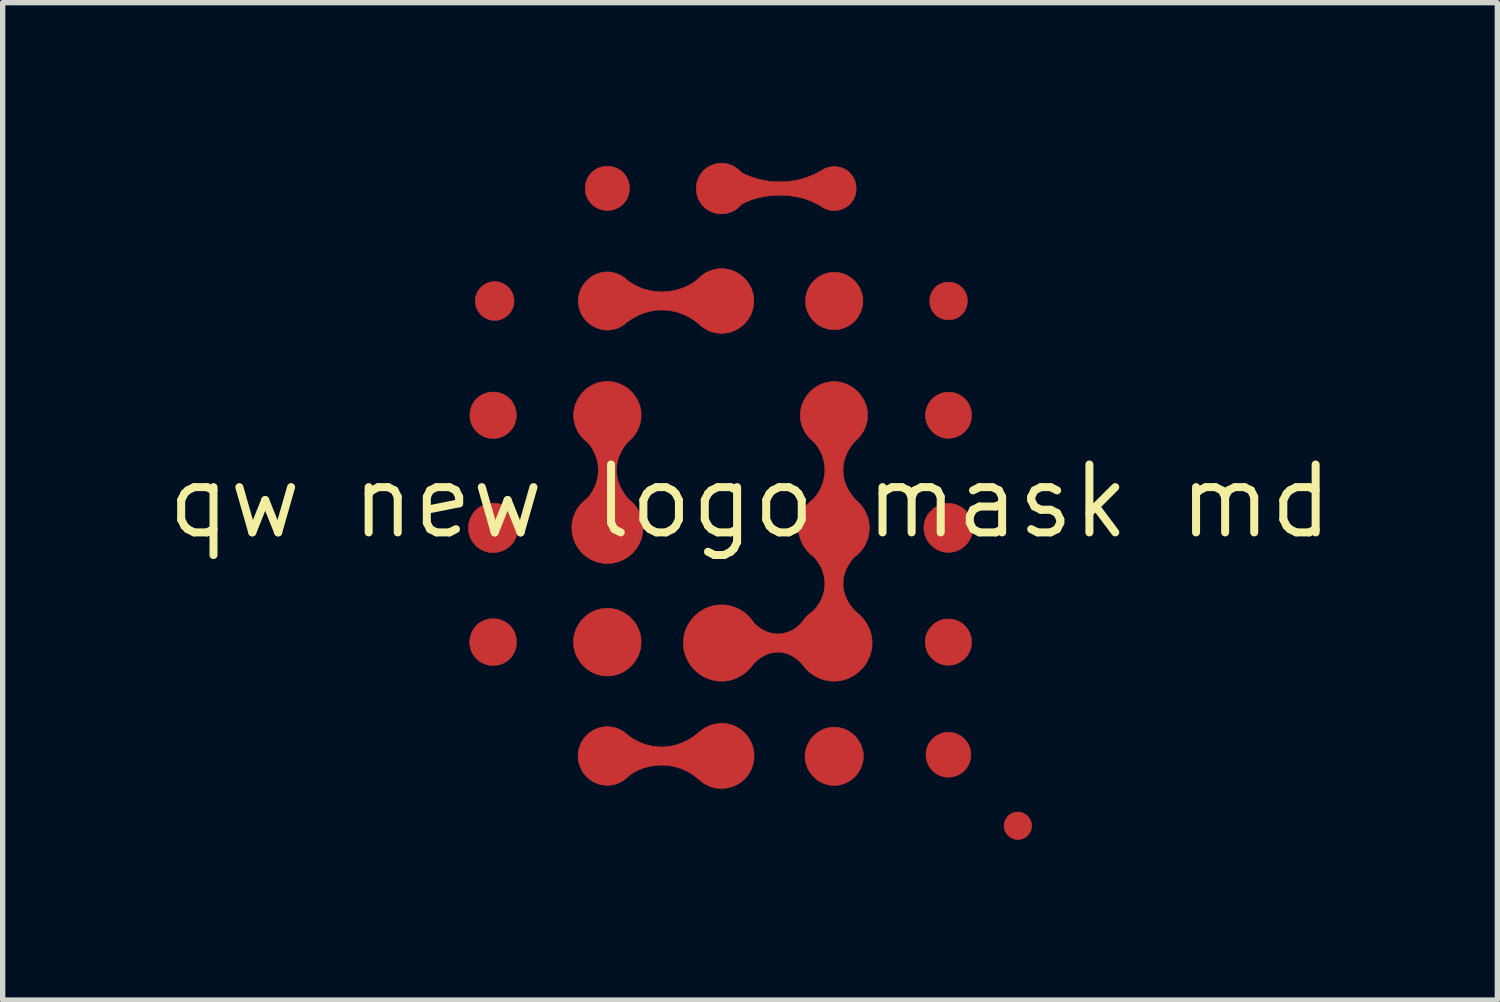
<source format=kicad_pcb>
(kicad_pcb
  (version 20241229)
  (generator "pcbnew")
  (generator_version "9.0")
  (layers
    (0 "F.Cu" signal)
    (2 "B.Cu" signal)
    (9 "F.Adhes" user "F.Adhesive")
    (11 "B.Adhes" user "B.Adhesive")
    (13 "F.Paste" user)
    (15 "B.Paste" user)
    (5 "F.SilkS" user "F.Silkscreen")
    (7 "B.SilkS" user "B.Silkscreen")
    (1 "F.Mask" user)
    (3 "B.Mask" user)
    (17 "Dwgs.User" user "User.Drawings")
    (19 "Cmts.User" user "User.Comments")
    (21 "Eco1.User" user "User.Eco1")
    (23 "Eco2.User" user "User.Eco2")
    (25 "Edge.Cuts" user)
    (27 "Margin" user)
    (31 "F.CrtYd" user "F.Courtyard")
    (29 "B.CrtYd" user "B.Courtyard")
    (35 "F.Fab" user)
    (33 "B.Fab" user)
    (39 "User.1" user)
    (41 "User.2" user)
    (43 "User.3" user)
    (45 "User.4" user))
  (footprint "qw new logo mask md"
    (layer "F.Cu")
    (at 10.984 6.332)
    (property "Reference" "qw new logo mask md" (at 0 0 0) (layer "F.SilkS") (effects (font (size 1.27 1.27) (thickness 0.15))))
    (attr through_hole)
    (fp_poly (pts (xy 5.029 5.813) (xy 5.042 5.813) (xy 5.052 5.814) (xy 5.06 5.815) (xy 5.068 5.817) (xy 5.076 5.819) (xy 5.111 5.831) (xy 5.143 5.849) (xy 5.173 5.87) (xy 5.2 5.895) (xy 5.218 5.916) (xy 5.228 5.93) (xy 5.238 5.948) (xy 5.247 5.967) (xy 5.255 5.986) (xy 5.261 6.004) (xy 5.263 6.009) (xy 5.269 6.043) (xy 5.27 6.077) (xy 5.266 6.111) (xy 5.258 6.143) (xy 5.246 6.174) (xy 5.231 6.203) (xy 5.211 6.23) (xy 5.189 6.255) (xy 5.163 6.277) (xy 5.135 6.295) (xy 5.104 6.31) (xy 5.071 6.32) (xy 5.057 6.323) (xy 5.04 6.325) (xy 5.021 6.327) (xy 5.001 6.327) (xy 4.982 6.326) (xy 4.966 6.323) (xy 4.966 6.323) (xy 4.931 6.314) (xy 4.898 6.3) (xy 4.868 6.282) (xy 4.84 6.26) (xy 4.816 6.235) (xy 4.795 6.206) (xy 4.777 6.175) (xy 4.764 6.142) (xy 4.761 6.129) (xy 4.757 6.112) (xy 4.755 6.092) (xy 4.754 6.071) (xy 4.754 6.051) (xy 4.756 6.032) (xy 4.757 6.024) (xy 4.767 5.988) (xy 4.782 5.955) (xy 4.8 5.924) (xy 4.822 5.896) (xy 4.848 5.871) (xy 4.876 5.85) (xy 4.908 5.833) (xy 4.912 5.832) (xy 4.928 5.825) (xy 4.942 5.82) (xy 4.956 5.817) (xy 4.97 5.815) (xy 4.985 5.813) (xy 5.004 5.813) (xy 5.013 5.813) (xy 5.029 5.813)) (stroke (width 0.01) (type solid)) (fill yes) (layer "F.Cu"))
    (fp_poly (pts (xy -4.736 -4.111) (xy -4.696 -4.104) (xy -4.667 -4.096) (xy -4.627 -4.08) (xy -4.59 -4.06) (xy -4.555 -4.036) (xy -4.524 -4.009) (xy -4.496 -3.978) (xy -4.472 -3.944) (xy -4.451 -3.907) (xy -4.434 -3.867) (xy -4.422 -3.824) (xy -4.421 -3.818) (xy -4.418 -3.801) (xy -4.416 -3.78) (xy -4.415 -3.757) (xy -4.416 -3.734) (xy -4.417 -3.711) (xy -4.419 -3.691) (xy -4.422 -3.676) (xy -4.434 -3.633) (xy -4.45 -3.594) (xy -4.471 -3.556) (xy -4.496 -3.522) (xy -4.526 -3.49) (xy -4.531 -3.485) (xy -4.564 -3.457) (xy -4.6 -3.434) (xy -4.638 -3.415) (xy -4.678 -3.4) (xy -4.706 -3.393) (xy -4.721 -3.391) (xy -4.74 -3.389) (xy -4.76 -3.388) (xy -4.78 -3.387) (xy -4.799 -3.387) (xy -4.815 -3.388) (xy -4.821 -3.388) (xy -4.864 -3.397) (xy -4.904 -3.41) (xy -4.943 -3.427) (xy -4.979 -3.448) (xy -5.012 -3.473) (xy -5.042 -3.501) (xy -5.069 -3.533) (xy -5.092 -3.568) (xy -5.111 -3.606) (xy -5.125 -3.642) (xy -5.129 -3.656) (xy -5.133 -3.672) (xy -5.136 -3.687) (xy -5.137 -3.69) (xy -5.139 -3.708) (xy -5.14 -3.73) (xy -5.141 -3.752) (xy -5.14 -3.775) (xy -5.139 -3.795) (xy -5.137 -3.809) (xy -5.128 -3.85) (xy -5.113 -3.889) (xy -5.095 -3.926) (xy -5.072 -3.961) (xy -5.046 -3.994) (xy -5.016 -4.023) (xy -4.983 -4.049) (xy -4.947 -4.071) (xy -4.938 -4.075) (xy -4.9 -4.092) (xy -4.86 -4.103) (xy -4.819 -4.111) (xy -4.778 -4.113) (xy -4.736 -4.111)) (stroke (width 0.01) (type solid)) (fill yes) (layer "F.Cu"))
    (fp_poly (pts (xy -4.8 0.033) (xy -4.777 0.034) (xy -4.755 0.036) (xy -4.735 0.038) (xy -4.718 0.04) (xy -4.718 0.04) (xy -4.683 0.049) (xy -4.647 0.061) (xy -4.612 0.076) (xy -4.579 0.092) (xy -4.549 0.11) (xy -4.549 0.11) (xy -4.511 0.139) (xy -4.476 0.172) (xy -4.444 0.208) (xy -4.417 0.246) (xy -4.394 0.287) (xy -4.385 0.306) (xy -4.367 0.352) (xy -4.354 0.399) (xy -4.347 0.446) (xy -4.344 0.493) (xy -4.346 0.541) (xy -4.353 0.588) (xy -4.365 0.634) (xy -4.382 0.679) (xy -4.389 0.695) (xy -4.412 0.737) (xy -4.438 0.776) (xy -4.469 0.812) (xy -4.502 0.844) (xy -4.538 0.873) (xy -4.577 0.898) (xy -4.618 0.918) (xy -4.662 0.935) (xy -4.707 0.948) (xy -4.753 0.955) (xy -4.8 0.959) (xy -4.843 0.957) (xy -4.891 0.951) (xy -4.937 0.94) (xy -4.982 0.925) (xy -5.025 0.905) (xy -5.065 0.88) (xy -5.103 0.852) (xy -5.138 0.819) (xy -5.139 0.819) (xy -5.171 0.782) (xy -5.198 0.743) (xy -5.222 0.701) (xy -5.241 0.658) (xy -5.255 0.612) (xy -5.265 0.566) (xy -5.27 0.518) (xy -5.27 0.476) (xy -5.265 0.428) (xy -5.256 0.382) (xy -5.243 0.338) (xy -5.225 0.295) (xy -5.203 0.255) (xy -5.177 0.217) (xy -5.148 0.182) (xy -5.116 0.15) (xy -5.08 0.122) (xy -5.042 0.097) (xy -5.001 0.075) (xy -4.958 0.058) (xy -4.912 0.045) (xy -4.865 0.036) (xy -4.861 0.035) (xy -4.843 0.034) (xy -4.823 0.033) (xy -4.8 0.033)) (stroke (width 0.01) (type solid)) (fill yes) (layer "F.Cu"))
    (fp_poly (pts (xy 3.752 4.321) (xy 3.796 4.327) (xy 3.801 4.328) (xy 3.845 4.34) (xy 3.887 4.357) (xy 3.927 4.378) (xy 3.964 4.403) (xy 3.999 4.432) (xy 4.03 4.464) (xy 4.058 4.5) (xy 4.082 4.539) (xy 4.098 4.572) (xy 4.114 4.614) (xy 4.125 4.657) (xy 4.131 4.701) (xy 4.133 4.746) (xy 4.13 4.79) (xy 4.123 4.834) (xy 4.112 4.872) (xy 4.096 4.914) (xy 4.075 4.954) (xy 4.05 4.991) (xy 4.022 5.025) (xy 3.991 5.055) (xy 3.957 5.082) (xy 3.92 5.106) (xy 3.881 5.125) (xy 3.841 5.141) (xy 3.798 5.152) (xy 3.755 5.159) (xy 3.71 5.161) (xy 3.665 5.159) (xy 3.655 5.157) (xy 3.61 5.149) (xy 3.567 5.135) (xy 3.525 5.117) (xy 3.486 5.095) (xy 3.449 5.067) (xy 3.414 5.036) (xy 3.409 5.03) (xy 3.378 4.995) (xy 3.352 4.957) (xy 3.331 4.917) (xy 3.313 4.874) (xy 3.301 4.829) (xy 3.299 4.822) (xy 3.297 4.812) (xy 3.296 4.803) (xy 3.294 4.793) (xy 3.294 4.782) (xy 3.293 4.77) (xy 3.293 4.753) (xy 3.293 4.74) (xy 3.294 4.715) (xy 3.294 4.695) (xy 3.296 4.677) (xy 3.299 4.66) (xy 3.302 4.643) (xy 3.308 4.625) (xy 3.312 4.61) (xy 3.329 4.568) (xy 3.349 4.528) (xy 3.373 4.491) (xy 3.401 4.458) (xy 3.432 4.427) (xy 3.465 4.4) (xy 3.501 4.377) (xy 3.539 4.357) (xy 3.58 4.341) (xy 3.621 4.329) (xy 3.664 4.322) (xy 3.707 4.319) (xy 3.752 4.321)) (stroke (width 0.01) (type solid)) (fill yes) (layer "F.Cu"))
    (fp_poly (pts (xy 1.625 -4.285) (xy 1.674 -4.278) (xy 1.722 -4.267) (xy 1.769 -4.25) (xy 1.811 -4.231) (xy 1.843 -4.214) (xy 1.872 -4.197) (xy 1.899 -4.177) (xy 1.925 -4.155) (xy 1.951 -4.131) (xy 1.982 -4.098) (xy 2.008 -4.066) (xy 2.032 -4.031) (xy 2.053 -3.993) (xy 2.057 -3.984) (xy 2.078 -3.936) (xy 2.094 -3.887) (xy 2.105 -3.838) (xy 2.111 -3.788) (xy 2.112 -3.737) (xy 2.108 -3.687) (xy 2.1 -3.637) (xy 2.086 -3.588) (xy 2.068 -3.539) (xy 2.057 -3.517) (xy 2.032 -3.471) (xy 2.003 -3.428) (xy 1.971 -3.388) (xy 1.935 -3.352) (xy 1.896 -3.32) (xy 1.854 -3.291) (xy 1.809 -3.267) (xy 1.763 -3.247) (xy 1.714 -3.231) (xy 1.663 -3.22) (xy 1.643 -3.217) (xy 1.622 -3.215) (xy 1.598 -3.214) (xy 1.572 -3.213) (xy 1.546 -3.214) (xy 1.522 -3.215) (xy 1.504 -3.217) (xy 1.455 -3.226) (xy 1.406 -3.24) (xy 1.36 -3.259) (xy 1.314 -3.281) (xy 1.271 -3.308) (xy 1.231 -3.338) (xy 1.194 -3.372) (xy 1.165 -3.404) (xy 1.133 -3.446) (xy 1.105 -3.49) (xy 1.082 -3.536) (xy 1.064 -3.584) (xy 1.05 -3.633) (xy 1.042 -3.683) (xy 1.038 -3.734) (xy 1.039 -3.786) (xy 1.043 -3.825) (xy 1.053 -3.876) (xy 1.067 -3.924) (xy 1.085 -3.97) (xy 1.108 -4.015) (xy 1.134 -4.056) (xy 1.164 -4.095) (xy 1.197 -4.131) (xy 1.234 -4.164) (xy 1.273 -4.193) (xy 1.314 -4.219) (xy 1.358 -4.241) (xy 1.404 -4.259) (xy 1.452 -4.273) (xy 1.501 -4.282) (xy 1.552 -4.287) (xy 1.575 -4.288) (xy 1.625 -4.285)) (stroke (width 0.01) (type solid)) (fill yes) (layer "F.Cu"))
    (fp_poly (pts (xy -4.786 -2.046) (xy -4.769 -2.046) (xy -4.755 -2.045) (xy -4.744 -2.044) (xy -4.734 -2.043) (xy -4.726 -2.041) (xy -4.68 -2.03) (xy -4.636 -2.014) (xy -4.594 -1.993) (xy -4.555 -1.969) (xy -4.519 -1.941) (xy -4.486 -1.909) (xy -4.457 -1.873) (xy -4.438 -1.845) (xy -4.416 -1.805) (xy -4.398 -1.763) (xy -4.385 -1.719) (xy -4.376 -1.674) (xy -4.372 -1.629) (xy -4.373 -1.584) (xy -4.378 -1.539) (xy -4.388 -1.494) (xy -4.402 -1.451) (xy -4.413 -1.426) (xy -4.436 -1.384) (xy -4.462 -1.346) (xy -4.492 -1.311) (xy -4.525 -1.28) (xy -4.562 -1.252) (xy -4.601 -1.228) (xy -4.643 -1.209) (xy -4.688 -1.194) (xy -4.719 -1.186) (xy -4.735 -1.183) (xy -4.755 -1.181) (xy -4.777 -1.18) (xy -4.8 -1.179) (xy -4.823 -1.179) (xy -4.845 -1.18) (xy -4.864 -1.181) (xy -4.876 -1.183) (xy -4.922 -1.192) (xy -4.966 -1.207) (xy -5.007 -1.225) (xy -5.046 -1.248) (xy -5.083 -1.275) (xy -5.116 -1.306) (xy -5.147 -1.34) (xy -5.173 -1.377) (xy -5.195 -1.416) (xy -5.215 -1.46) (xy -5.229 -1.505) (xy -5.238 -1.551) (xy -5.242 -1.598) (xy -5.241 -1.645) (xy -5.235 -1.693) (xy -5.233 -1.703) (xy -5.226 -1.734) (xy -5.214 -1.767) (xy -5.2 -1.8) (xy -5.184 -1.832) (xy -5.166 -1.86) (xy -5.162 -1.867) (xy -5.149 -1.884) (xy -5.133 -1.902) (xy -5.115 -1.921) (xy -5.096 -1.939) (xy -5.078 -1.955) (xy -5.062 -1.967) (xy -5.025 -1.99) (xy -4.985 -2.01) (xy -4.942 -2.026) (xy -4.898 -2.039) (xy -4.892 -2.04) (xy -4.882 -2.042) (xy -4.873 -2.043) (xy -4.864 -2.044) (xy -4.853 -2.045) (xy -4.84 -2.046) (xy -4.824 -2.046) (xy -4.807 -2.046) (xy -4.786 -2.046)) (stroke (width 0.01) (type solid)) (fill yes) (layer "F.Cu"))
    (fp_poly (pts (xy 3.759 0.039) (xy 3.806 0.047) (xy 3.849 0.058) (xy 3.894 0.076) (xy 3.936 0.097) (xy 3.976 0.123) (xy 4.013 0.152) (xy 4.046 0.185) (xy 4.076 0.22) (xy 4.103 0.259) (xy 4.126 0.301) (xy 4.144 0.344) (xy 4.158 0.39) (xy 4.165 0.42) (xy 4.167 0.436) (xy 4.168 0.456) (xy 4.169 0.478) (xy 4.169 0.501) (xy 4.169 0.523) (xy 4.168 0.544) (xy 4.166 0.562) (xy 4.165 0.571) (xy 4.153 0.619) (xy 4.137 0.664) (xy 4.117 0.708) (xy 4.092 0.749) (xy 4.063 0.787) (xy 4.031 0.822) (xy 3.995 0.854) (xy 3.955 0.882) (xy 3.912 0.907) (xy 3.91 0.908) (xy 3.871 0.925) (xy 3.831 0.938) (xy 3.789 0.948) (xy 3.747 0.953) (xy 3.705 0.955) (xy 3.673 0.953) (xy 3.625 0.946) (xy 3.579 0.934) (xy 3.535 0.918) (xy 3.492 0.897) (xy 3.452 0.872) (xy 3.415 0.843) (xy 3.38 0.81) (xy 3.349 0.773) (xy 3.329 0.745) (xy 3.305 0.704) (xy 3.285 0.66) (xy 3.27 0.616) (xy 3.259 0.57) (xy 3.254 0.523) (xy 3.253 0.477) (xy 3.258 0.43) (xy 3.267 0.383) (xy 3.275 0.357) (xy 3.281 0.339) (xy 3.29 0.319) (xy 3.3 0.297) (xy 3.312 0.275) (xy 3.323 0.255) (xy 3.334 0.237) (xy 3.337 0.234) (xy 3.348 0.22) (xy 3.362 0.203) (xy 3.378 0.186) (xy 3.395 0.169) (xy 3.413 0.152) (xy 3.429 0.137) (xy 3.444 0.125) (xy 3.449 0.121) (xy 3.464 0.111) (xy 3.483 0.101) (xy 3.503 0.09) (xy 3.524 0.079) (xy 3.545 0.07) (xy 3.563 0.062) (xy 3.573 0.059) (xy 3.619 0.046) (xy 3.665 0.039) (xy 3.712 0.036) (xy 3.759 0.039)) (stroke (width 0.01) (type solid)) (fill yes) (layer "F.Cu"))
    (fp_poly (pts (xy -2.651 -6.27) (xy -2.636 -6.27) (xy -2.623 -6.269) (xy -2.613 -6.269) (xy -2.604 -6.268) (xy -2.595 -6.266) (xy -2.585 -6.264) (xy -2.584 -6.264) (xy -2.539 -6.252) (xy -2.496 -6.236) (xy -2.456 -6.215) (xy -2.419 -6.191) (xy -2.386 -6.163) (xy -2.355 -6.131) (xy -2.328 -6.096) (xy -2.305 -6.057) (xy -2.296 -6.039) (xy -2.279 -5.998) (xy -2.267 -5.954) (xy -2.259 -5.91) (xy -2.256 -5.866) (xy -2.258 -5.821) (xy -2.264 -5.777) (xy -2.275 -5.734) (xy -2.29 -5.692) (xy -2.309 -5.651) (xy -2.333 -5.614) (xy -2.345 -5.599) (xy -2.36 -5.581) (xy -2.377 -5.564) (xy -2.394 -5.547) (xy -2.412 -5.532) (xy -2.426 -5.52) (xy -2.459 -5.5) (xy -2.495 -5.482) (xy -2.533 -5.467) (xy -2.571 -5.456) (xy -2.594 -5.451) (xy -2.609 -5.449) (xy -2.626 -5.447) (xy -2.644 -5.446) (xy -2.662 -5.445) (xy -2.679 -5.444) (xy -2.692 -5.444) (xy -2.696 -5.445) (xy -2.744 -5.451) (xy -2.788 -5.461) (xy -2.829 -5.474) (xy -2.867 -5.492) (xy -2.903 -5.513) (xy -2.937 -5.539) (xy -2.969 -5.569) (xy -2.971 -5.571) (xy -3 -5.605) (xy -3.026 -5.642) (xy -3.046 -5.681) (xy -3.063 -5.723) (xy -3.075 -5.767) (xy -3.081 -5.807) (xy -3.083 -5.826) (xy -3.083 -5.847) (xy -3.083 -5.87) (xy -3.082 -5.894) (xy -3.08 -5.916) (xy -3.077 -5.935) (xy -3.076 -5.942) (xy -3.064 -5.987) (xy -3.048 -6.03) (xy -3.028 -6.07) (xy -3.004 -6.107) (xy -2.976 -6.14) (xy -2.945 -6.171) (xy -2.91 -6.198) (xy -2.873 -6.221) (xy -2.832 -6.24) (xy -2.788 -6.256) (xy -2.756 -6.264) (xy -2.746 -6.266) (xy -2.738 -6.267) (xy -2.728 -6.268) (xy -2.718 -6.269) (xy -2.705 -6.27) (xy -2.689 -6.27) (xy -2.671 -6.27) (xy -2.651 -6.27)) (stroke (width 0.01) (type solid)) (fill yes) (layer "F.Cu"))
    (fp_poly (pts (xy 1.605 4.225) (xy 1.655 4.231) (xy 1.705 4.241) (xy 1.753 4.255) (xy 1.8 4.274) (xy 1.844 4.297) (xy 1.887 4.325) (xy 1.926 4.356) (xy 1.964 4.39) (xy 1.998 4.429) (xy 2.028 4.47) (xy 2.055 4.515) (xy 2.062 4.528) (xy 2.083 4.575) (xy 2.1 4.625) (xy 2.112 4.676) (xy 2.115 4.693) (xy 2.117 4.714) (xy 2.119 4.738) (xy 2.12 4.765) (xy 2.119 4.792) (xy 2.118 4.818) (xy 2.116 4.841) (xy 2.114 4.854) (xy 2.103 4.905) (xy 2.087 4.955) (xy 2.067 5.002) (xy 2.043 5.047) (xy 2.015 5.089) (xy 1.983 5.129) (xy 1.948 5.165) (xy 1.91 5.198) (xy 1.869 5.227) (xy 1.825 5.253) (xy 1.779 5.274) (xy 1.731 5.292) (xy 1.681 5.305) (xy 1.65 5.31) (xy 1.632 5.312) (xy 1.611 5.314) (xy 1.588 5.315) (xy 1.566 5.315) (xy 1.544 5.315) (xy 1.526 5.314) (xy 1.524 5.313) (xy 1.472 5.306) (xy 1.422 5.293) (xy 1.373 5.276) (xy 1.326 5.254) (xy 1.281 5.227) (xy 1.239 5.197) (xy 1.199 5.162) (xy 1.191 5.154) (xy 1.157 5.116) (xy 1.127 5.077) (xy 1.101 5.036) (xy 1.078 4.993) (xy 1.065 4.962) (xy 1.049 4.913) (xy 1.037 4.863) (xy 1.031 4.813) (xy 1.029 4.763) (xy 1.032 4.713) (xy 1.04 4.663) (xy 1.053 4.614) (xy 1.07 4.566) (xy 1.092 4.519) (xy 1.119 4.474) (xy 1.139 4.445) (xy 1.15 4.431) (xy 1.165 4.414) (xy 1.182 4.396) (xy 1.199 4.379) (xy 1.217 4.362) (xy 1.234 4.347) (xy 1.248 4.335) (xy 1.25 4.334) (xy 1.295 4.304) (xy 1.341 4.278) (xy 1.388 4.258) (xy 1.437 4.242) (xy 1.487 4.232) (xy 1.538 4.226) (xy 1.553 4.225) (xy 1.605 4.225)) (stroke (width 0.01) (type solid)) (fill yes) (layer "F.Cu"))
    (fp_poly (pts (xy 3.737 -4.101) (xy 3.758 -4.1) (xy 3.775 -4.098) (xy 3.792 -4.095) (xy 3.808 -4.091) (xy 3.826 -4.086) (xy 3.831 -4.084) (xy 3.87 -4.068) (xy 3.906 -4.048) (xy 3.94 -4.024) (xy 3.961 -4.006) (xy 3.989 -3.976) (xy 4.012 -3.944) (xy 4.031 -3.909) (xy 4.047 -3.872) (xy 4.059 -3.831) (xy 4.061 -3.822) (xy 4.062 -3.813) (xy 4.064 -3.802) (xy 4.065 -3.79) (xy 4.065 -3.775) (xy 4.065 -3.756) (xy 4.065 -3.75) (xy 4.065 -3.728) (xy 4.064 -3.709) (xy 4.063 -3.692) (xy 4.06 -3.677) (xy 4.057 -3.662) (xy 4.052 -3.645) (xy 4.047 -3.631) (xy 4.032 -3.593) (xy 4.013 -3.557) (xy 3.989 -3.525) (xy 3.963 -3.495) (xy 3.932 -3.469) (xy 3.899 -3.447) (xy 3.863 -3.428) (xy 3.825 -3.414) (xy 3.785 -3.404) (xy 3.778 -3.403) (xy 3.747 -3.399) (xy 3.716 -3.398) (xy 3.686 -3.398) (xy 3.684 -3.399) (xy 3.641 -3.405) (xy 3.601 -3.415) (xy 3.563 -3.43) (xy 3.527 -3.449) (xy 3.494 -3.471) (xy 3.464 -3.498) (xy 3.438 -3.527) (xy 3.414 -3.56) (xy 3.395 -3.596) (xy 3.38 -3.635) (xy 3.37 -3.671) (xy 3.368 -3.681) (xy 3.367 -3.69) (xy 3.365 -3.699) (xy 3.365 -3.71) (xy 3.364 -3.724) (xy 3.364 -3.74) (xy 3.364 -3.749) (xy 3.364 -3.771) (xy 3.365 -3.789) (xy 3.366 -3.804) (xy 3.368 -3.818) (xy 3.37 -3.831) (xy 3.374 -3.845) (xy 3.379 -3.861) (xy 3.393 -3.899) (xy 3.412 -3.935) (xy 3.435 -3.969) (xy 3.461 -3.999) (xy 3.491 -4.026) (xy 3.523 -4.049) (xy 3.558 -4.068) (xy 3.594 -4.083) (xy 3.613 -4.089) (xy 3.63 -4.093) (xy 3.645 -4.097) (xy 3.661 -4.099) (xy 3.678 -4.1) (xy 3.698 -4.101) (xy 3.713 -4.101) (xy 3.737 -4.101)) (stroke (width 0.01) (type solid)) (fill yes) (layer "F.Cu"))
    (fp_poly (pts (xy -4.806 2.196) (xy -4.787 2.196) (xy -4.772 2.196) (xy -4.76 2.197) (xy -4.749 2.198) (xy -4.74 2.199) (xy -4.73 2.201) (xy -4.719 2.203) (xy -4.689 2.21) (xy -4.661 2.219) (xy -4.635 2.229) (xy -4.607 2.241) (xy -4.606 2.242) (xy -4.566 2.264) (xy -4.529 2.291) (xy -4.495 2.321) (xy -4.465 2.355) (xy -4.438 2.391) (xy -4.416 2.431) (xy -4.398 2.472) (xy -4.384 2.516) (xy -4.383 2.518) (xy -4.378 2.539) (xy -4.375 2.557) (xy -4.373 2.574) (xy -4.371 2.593) (xy -4.37 2.613) (xy -4.37 2.631) (xy -4.372 2.673) (xy -4.376 2.712) (xy -4.384 2.749) (xy -4.395 2.785) (xy -4.41 2.82) (xy -4.416 2.832) (xy -4.439 2.873) (xy -4.465 2.911) (xy -4.496 2.945) (xy -4.529 2.975) (xy -4.566 3.001) (xy -4.606 3.024) (xy -4.648 3.042) (xy -4.693 3.056) (xy -4.732 3.065) (xy -4.743 3.066) (xy -4.757 3.067) (xy -4.774 3.068) (xy -4.792 3.069) (xy -4.81 3.07) (xy -4.826 3.07) (xy -4.84 3.07) (xy -4.849 3.069) (xy -4.894 3.063) (xy -4.938 3.051) (xy -4.981 3.036) (xy -5.022 3.016) (xy -5.06 2.993) (xy -5.096 2.966) (xy -5.127 2.935) (xy -5.129 2.934) (xy -5.158 2.898) (xy -5.184 2.86) (xy -5.205 2.819) (xy -5.222 2.777) (xy -5.234 2.733) (xy -5.242 2.688) (xy -5.245 2.642) (xy -5.243 2.596) (xy -5.237 2.55) (xy -5.226 2.504) (xy -5.222 2.49) (xy -5.205 2.447) (xy -5.184 2.406) (xy -5.159 2.369) (xy -5.131 2.334) (xy -5.099 2.302) (xy -5.063 2.275) (xy -5.025 2.25) (xy -4.984 2.23) (xy -4.94 2.214) (xy -4.895 2.202) (xy -4.886 2.201) (xy -4.875 2.199) (xy -4.863 2.198) (xy -4.85 2.197) (xy -4.834 2.196) (xy -4.815 2.196) (xy -4.806 2.196)) (stroke (width 0.01) (type solid)) (fill yes) (layer "F.Cu"))
    (fp_poly (pts (xy 3.731 2.201) (xy 3.747 2.201) (xy 3.759 2.202) (xy 3.769 2.202) (xy 3.778 2.203) (xy 3.787 2.205) (xy 3.796 2.206) (xy 3.798 2.207) (xy 3.84 2.218) (xy 3.882 2.233) (xy 3.921 2.252) (xy 3.957 2.274) (xy 3.962 2.278) (xy 3.978 2.29) (xy 3.995 2.304) (xy 4.013 2.321) (xy 4.03 2.338) (xy 4.046 2.355) (xy 4.058 2.371) (xy 4.061 2.374) (xy 4.087 2.413) (xy 4.108 2.454) (xy 4.124 2.497) (xy 4.136 2.541) (xy 4.143 2.587) (xy 4.146 2.632) (xy 4.143 2.678) (xy 4.136 2.724) (xy 4.13 2.749) (xy 4.116 2.792) (xy 4.097 2.834) (xy 4.073 2.872) (xy 4.046 2.909) (xy 4.016 2.942) (xy 3.982 2.972) (xy 3.945 2.998) (xy 3.906 3.021) (xy 3.864 3.039) (xy 3.819 3.053) (xy 3.799 3.058) (xy 3.784 3.061) (xy 3.766 3.063) (xy 3.745 3.064) (xy 3.723 3.065) (xy 3.7 3.065) (xy 3.68 3.065) (xy 3.661 3.064) (xy 3.647 3.062) (xy 3.601 3.053) (xy 3.557 3.038) (xy 3.514 3.019) (xy 3.473 2.995) (xy 3.47 2.993) (xy 3.451 2.979) (xy 3.43 2.962) (xy 3.409 2.942) (xy 3.389 2.922) (xy 3.372 2.902) (xy 3.357 2.883) (xy 3.333 2.845) (xy 3.313 2.804) (xy 3.298 2.761) (xy 3.286 2.717) (xy 3.28 2.673) (xy 3.278 2.628) (xy 3.279 2.602) (xy 3.284 2.56) (xy 3.292 2.521) (xy 3.304 2.484) (xy 3.32 2.446) (xy 3.325 2.437) (xy 3.348 2.396) (xy 3.375 2.359) (xy 3.405 2.325) (xy 3.439 2.295) (xy 3.477 2.268) (xy 3.517 2.245) (xy 3.56 2.226) (xy 3.605 2.212) (xy 3.626 2.207) (xy 3.635 2.205) (xy 3.643 2.203) (xy 3.652 2.202) (xy 3.663 2.202) (xy 3.675 2.201) (xy 3.691 2.201) (xy 3.711 2.201) (xy 3.731 2.201)) (stroke (width 0.01) (type solid)) (fill yes) (layer "F.Cu"))
    (fp_poly (pts (xy -2.624 2.001) (xy -2.572 2.007) (xy -2.522 2.017) (xy -2.517 2.018) (xy -2.465 2.034) (xy -2.414 2.054) (xy -2.365 2.079) (xy -2.318 2.108) (xy -2.274 2.141) (xy -2.233 2.178) (xy -2.195 2.217) (xy -2.16 2.26) (xy -2.129 2.306) (xy -2.103 2.354) (xy -2.088 2.385) (xy -2.069 2.437) (xy -2.054 2.489) (xy -2.044 2.542) (xy -2.038 2.595) (xy -2.038 2.651) (xy -2.038 2.653) (xy -2.042 2.709) (xy -2.051 2.764) (xy -2.065 2.818) (xy -2.084 2.87) (xy -2.107 2.92) (xy -2.135 2.968) (xy -2.168 3.014) (xy -2.205 3.058) (xy -2.225 3.079) (xy -2.268 3.118) (xy -2.313 3.153) (xy -2.36 3.183) (xy -2.409 3.209) (xy -2.461 3.23) (xy -2.515 3.246) (xy -2.571 3.258) (xy -2.583 3.26) (xy -2.595 3.261) (xy -2.611 3.263) (xy -2.628 3.264) (xy -2.647 3.265) (xy -2.666 3.265) (xy -2.683 3.266) (xy -2.698 3.265) (xy -2.708 3.265) (xy -2.757 3.259) (xy -2.802 3.251) (xy -2.846 3.24) (xy -2.888 3.226) (xy -2.929 3.209) (xy -2.954 3.197) (xy -3.003 3.169) (xy -3.05 3.137) (xy -3.093 3.101) (xy -3.133 3.062) (xy -3.169 3.02) (xy -3.201 2.975) (xy -3.229 2.927) (xy -3.253 2.877) (xy -3.273 2.825) (xy -3.288 2.77) (xy -3.299 2.714) (xy -3.3 2.705) (xy -3.301 2.688) (xy -3.302 2.668) (xy -3.303 2.645) (xy -3.303 2.621) (xy -3.302 2.598) (xy -3.301 2.576) (xy -3.299 2.558) (xy -3.299 2.551) (xy -3.288 2.496) (xy -3.273 2.441) (xy -3.254 2.389) (xy -3.23 2.339) (xy -3.202 2.292) (xy -3.17 2.247) (xy -3.135 2.205) (xy -3.096 2.167) (xy -3.054 2.131) (xy -3.009 2.1) (xy -2.961 2.072) (xy -2.911 2.048) (xy -2.858 2.028) (xy -2.83 2.02) (xy -2.78 2.009) (xy -2.729 2.002) (xy -2.677 1.999) (xy -2.624 2.001)) (stroke (width 0.01) (type solid)) (fill yes) (layer "F.Cu"))
    (fp_poly (pts (xy 3.734 -2.043) (xy 3.75 -2.043) (xy 3.763 -2.043) (xy 3.773 -2.042) (xy 3.782 -2.041) (xy 3.79 -2.039) (xy 3.799 -2.038) (xy 3.845 -2.025) (xy 3.888 -2.008) (xy 3.929 -1.988) (xy 3.967 -1.963) (xy 4.003 -1.934) (xy 4.026 -1.911) (xy 4.047 -1.888) (xy 4.064 -1.867) (xy 4.08 -1.844) (xy 4.094 -1.819) (xy 4.102 -1.804) (xy 4.12 -1.761) (xy 4.134 -1.717) (xy 4.143 -1.673) (xy 4.147 -1.628) (xy 4.146 -1.583) (xy 4.141 -1.539) (xy 4.131 -1.495) (xy 4.116 -1.452) (xy 4.096 -1.41) (xy 4.072 -1.37) (xy 4.051 -1.342) (xy 4.045 -1.335) (xy 4.036 -1.325) (xy 4.025 -1.314) (xy 4.014 -1.303) (xy 4.011 -1.3) (xy 3.976 -1.27) (xy 3.939 -1.244) (xy 3.898 -1.222) (xy 3.855 -1.204) (xy 3.81 -1.191) (xy 3.801 -1.189) (xy 3.79 -1.186) (xy 3.779 -1.185) (xy 3.767 -1.184) (xy 3.752 -1.183) (xy 3.733 -1.183) (xy 3.724 -1.182) (xy 3.707 -1.182) (xy 3.692 -1.182) (xy 3.68 -1.182) (xy 3.67 -1.182) (xy 3.664 -1.183) (xy 3.664 -1.183) (xy 3.625 -1.19) (xy 3.589 -1.199) (xy 3.555 -1.212) (xy 3.524 -1.226) (xy 3.498 -1.24) (xy 3.474 -1.255) (xy 3.451 -1.272) (xy 3.429 -1.291) (xy 3.41 -1.309) (xy 3.378 -1.344) (xy 3.351 -1.381) (xy 3.328 -1.421) (xy 3.31 -1.462) (xy 3.296 -1.506) (xy 3.293 -1.519) (xy 3.285 -1.564) (xy 3.282 -1.609) (xy 3.285 -1.654) (xy 3.291 -1.699) (xy 3.303 -1.743) (xy 3.319 -1.785) (xy 3.339 -1.826) (xy 3.364 -1.864) (xy 3.381 -1.886) (xy 3.413 -1.921) (xy 3.448 -1.952) (xy 3.486 -1.979) (xy 3.527 -2.001) (xy 3.57 -2.02) (xy 3.617 -2.034) (xy 3.627 -2.037) (xy 3.637 -2.039) (xy 3.646 -2.04) (xy 3.654 -2.042) (xy 3.663 -2.042) (xy 3.674 -2.043) (xy 3.687 -2.043) (xy 3.705 -2.043) (xy 3.715 -2.043) (xy 3.734 -2.043)) (stroke (width 0.01) (type solid)) (fill yes) (layer "F.Cu"))
    (fp_poly (pts (xy -0.472 -4.352) (xy -0.418 -4.344) (xy -0.364 -4.331) (xy -0.335 -4.322) (xy -0.316 -4.314) (xy -0.294 -4.305) (xy -0.271 -4.294) (xy -0.247 -4.282) (xy -0.226 -4.27) (xy -0.207 -4.259) (xy -0.206 -4.258) (xy -0.161 -4.226) (xy -0.12 -4.19) (xy -0.082 -4.151) (xy -0.048 -4.109) (xy -0.018 -4.064) (xy 0.009 -4.017) (xy 0.031 -3.968) (xy 0.048 -3.918) (xy 0.06 -3.87) (xy 0.064 -3.847) (xy 0.067 -3.826) (xy 0.069 -3.806) (xy 0.071 -3.784) (xy 0.071 -3.76) (xy 0.071 -3.749) (xy 0.07 -3.713) (xy 0.068 -3.68) (xy 0.063 -3.648) (xy 0.056 -3.614) (xy 0.053 -3.603) (xy 0.037 -3.55) (xy 0.017 -3.499) (xy -0.008 -3.452) (xy -0.036 -3.406) (xy -0.068 -3.364) (xy -0.104 -3.324) (xy -0.143 -3.288) (xy -0.186 -3.256) (xy -0.231 -3.227) (xy -0.278 -3.202) (xy -0.328 -3.181) (xy -0.38 -3.165) (xy -0.434 -3.152) (xy -0.438 -3.152) (xy -0.457 -3.149) (xy -0.48 -3.147) (xy -0.505 -3.146) (xy -0.531 -3.145) (xy -0.556 -3.145) (xy -0.579 -3.146) (xy -0.599 -3.148) (xy -0.604 -3.148) (xy -0.659 -3.158) (xy -0.712 -3.172) (xy -0.764 -3.191) (xy -0.813 -3.215) (xy -0.861 -3.242) (xy -0.905 -3.274) (xy -0.947 -3.311) (xy -0.95 -3.313) (xy -0.977 -3.337) (xy -1.008 -3.362) (xy -1.042 -3.387) (xy -1.08 -3.411) (xy -1.119 -3.435) (xy -1.16 -3.458) (xy -1.181 -3.469) (xy -1.245 -3.498) (xy -1.309 -3.523) (xy -1.375 -3.544) (xy -1.442 -3.56) (xy -1.512 -3.572) (xy -1.539 -3.576) (xy -1.559 -3.577) (xy -1.583 -3.579) (xy -1.609 -3.58) (xy -1.637 -3.58) (xy -1.666 -3.58) (xy -1.694 -3.58) (xy -1.72 -3.579) (xy -1.743 -3.577) (xy -1.76 -3.575) (xy -1.834 -3.564) (xy -1.907 -3.548) (xy -1.977 -3.527) (xy -2.046 -3.501) (xy -2.113 -3.471) (xy -2.178 -3.436) (xy -2.242 -3.396) (xy -2.262 -3.382) (xy -2.275 -3.373) (xy -2.288 -3.363) (xy -2.3 -3.354) (xy -2.31 -3.346) (xy -2.313 -3.344) (xy -2.343 -3.319) (xy -2.373 -3.298) (xy -2.404 -3.279) (xy -2.438 -3.261) (xy -2.441 -3.259) (xy -2.49 -3.238) (xy -2.538 -3.223) (xy -2.588 -3.212) (xy -2.638 -3.207) (xy -2.688 -3.206) (xy -2.738 -3.21) (xy -2.788 -3.219) (xy -2.838 -3.234) (xy -2.886 -3.253) (xy -2.904 -3.261) (xy -2.95 -3.286) (xy -2.993 -3.315) (xy -3.032 -3.347) (xy -3.068 -3.382) (xy -3.1 -3.42) (xy -3.129 -3.461) (xy -3.154 -3.504) (xy -3.174 -3.548) (xy -3.191 -3.594) (xy -3.203 -3.642) (xy -3.211 -3.691) (xy -3.214 -3.74) (xy -3.213 -3.79) (xy -3.206 -3.84) (xy -3.204 -3.853) (xy -3.192 -3.902) (xy -3.175 -3.95) (xy -3.154 -3.996) (xy -3.129 -4.039) (xy -3.1 -4.079) (xy -3.068 -4.117) (xy -3.034 -4.151) (xy -2.996 -4.183) (xy -2.956 -4.211) (xy -2.913 -4.235) (xy -2.869 -4.255) (xy -2.823 -4.271) (xy -2.775 -4.283) (xy -2.726 -4.291) (xy -2.676 -4.294) (xy -2.635 -4.293) (xy -2.584 -4.286) (xy -2.533 -4.275) (xy -2.484 -4.26) (xy -2.437 -4.239) (xy -2.391 -4.214) (xy -2.347 -4.183) (xy -2.304 -4.148) (xy -2.294 -4.14) (xy -2.278 -4.126) (xy -2.259 -4.111) (xy -2.236 -4.096) (xy -2.211 -4.08) (xy -2.185 -4.064) (xy -2.158 -4.048) (xy -2.131 -4.034) (xy -2.108 -4.023) (xy -2.045 -3.995) (xy -1.978 -3.972) (xy -1.91 -3.953) (xy -1.841 -3.938) (xy -1.81 -3.933) (xy -1.769 -3.928) (xy -1.728 -3.924) (xy -1.688 -3.921) (xy -1.651 -3.92) (xy -1.616 -3.921) (xy -1.6 -3.922) (xy -1.529 -3.928) (xy -1.462 -3.938) (xy -1.398 -3.95) (xy -1.337 -3.967) (xy -1.277 -3.986) (xy -1.219 -4.01) (xy -1.171 -4.032) (xy -1.123 -4.057) (xy -1.079 -4.083) (xy -1.039 -4.11) (xy -1.002 -4.139) (xy -0.968 -4.169) (xy -0.958 -4.178) (xy -0.917 -4.215) (xy -0.875 -4.248) (xy -0.831 -4.276) (xy -0.791 -4.297) (xy -0.74 -4.318) (xy -0.687 -4.335) (xy -0.634 -4.347) (xy -0.581 -4.354) (xy -0.526 -4.355) (xy -0.472 -4.352)) (stroke (width 0.01) (type solid)) (fill yes) (layer "F.Cu"))
    (fp_poly (pts (xy -0.478 4.155) (xy -0.424 4.162) (xy -0.37 4.174) (xy -0.361 4.177) (xy -0.31 4.194) (xy -0.261 4.216) (xy -0.213 4.242) (xy -0.169 4.272) (xy -0.127 4.306) (xy -0.089 4.344) (xy -0.079 4.355) (xy -0.044 4.398) (xy -0.014 4.442) (xy 0.012 4.489) (xy 0.034 4.538) (xy 0.051 4.59) (xy 0.064 4.644) (xy 0.072 4.688) (xy 0.073 4.7) (xy 0.074 4.717) (xy 0.074 4.736) (xy 0.075 4.757) (xy 0.075 4.778) (xy 0.074 4.798) (xy 0.074 4.817) (xy 0.073 4.833) (xy 0.071 4.843) (xy 0.061 4.9) (xy 0.046 4.954) (xy 0.026 5.006) (xy 0.003 5.055) (xy -0.025 5.102) (xy -0.057 5.145) (xy -0.093 5.186) (xy -0.125 5.216) (xy -0.169 5.252) (xy -0.215 5.283) (xy -0.263 5.309) (xy -0.313 5.331) (xy -0.366 5.348) (xy -0.421 5.361) (xy -0.447 5.366) (xy -0.458 5.367) (xy -0.472 5.368) (xy -0.488 5.369) (xy -0.506 5.37) (xy -0.524 5.371) (xy -0.542 5.371) (xy -0.557 5.371) (xy -0.57 5.371) (xy -0.579 5.371) (xy -0.579 5.371) (xy -0.586 5.37) (xy -0.595 5.369) (xy -0.607 5.367) (xy -0.612 5.367) (xy -0.658 5.359) (xy -0.706 5.347) (xy -0.752 5.331) (xy -0.798 5.311) (xy -0.842 5.288) (xy -0.884 5.262) (xy -0.903 5.248) (xy -0.912 5.241) (xy -0.922 5.232) (xy -0.933 5.223) (xy -0.94 5.217) (xy -0.982 5.182) (xy -1.022 5.15) (xy -1.06 5.122) (xy -1.098 5.096) (xy -1.136 5.073) (xy -1.176 5.051) (xy -1.189 5.045) (xy -1.243 5.019) (xy -1.298 4.997) (xy -1.355 4.979) (xy -1.413 4.963) (xy -1.474 4.951) (xy -1.539 4.941) (xy -1.562 4.939) (xy -1.618 4.935) (xy -1.676 4.934) (xy -1.736 4.938) (xy -1.797 4.944) (xy -1.857 4.954) (xy -1.917 4.968) (xy -1.976 4.984) (xy -1.984 4.986) (xy -2.024 5) (xy -2.064 5.016) (xy -2.103 5.034) (xy -2.14 5.052) (xy -2.176 5.072) (xy -2.208 5.092) (xy -2.238 5.112) (xy -2.264 5.132) (xy -2.281 5.149) (xy -2.321 5.185) (xy -2.363 5.217) (xy -2.407 5.245) (xy -2.453 5.268) (xy -2.502 5.286) (xy -2.523 5.293) (xy -2.574 5.305) (xy -2.624 5.311) (xy -2.674 5.313) (xy -2.724 5.31) (xy -2.774 5.303) (xy -2.822 5.291) (xy -2.869 5.275) (xy -2.915 5.255) (xy -2.958 5.23) (xy -3 5.201) (xy -3.039 5.169) (xy -3.075 5.133) (xy -3.108 5.093) (xy -3.13 5.061) (xy -3.155 5.017) (xy -3.177 4.971) (xy -3.194 4.923) (xy -3.207 4.873) (xy -3.212 4.849) (xy -3.215 4.826) (xy -3.217 4.8) (xy -3.218 4.772) (xy -3.217 4.744) (xy -3.216 4.717) (xy -3.215 4.702) (xy -3.206 4.65) (xy -3.193 4.601) (xy -3.176 4.553) (xy -3.154 4.507) (xy -3.128 4.464) (xy -3.099 4.424) (xy -3.066 4.386) (xy -3.03 4.351) (xy -2.991 4.32) (xy -2.95 4.293) (xy -2.905 4.269) (xy -2.859 4.249) (xy -2.81 4.233) (xy -2.76 4.222) (xy -2.721 4.217) (xy -2.671 4.214) (xy -2.621 4.216) (xy -2.572 4.224) (xy -2.523 4.235) (xy -2.474 4.251) (xy -2.428 4.272) (xy -2.383 4.297) (xy -2.343 4.324) (xy -2.335 4.331) (xy -2.324 4.34) (xy -2.312 4.35) (xy -2.299 4.361) (xy -2.295 4.365) (xy -2.269 4.387) (xy -2.238 4.41) (xy -2.203 4.433) (xy -2.166 4.455) (xy -2.127 4.476) (xy -2.102 4.489) (xy -2.036 4.519) (xy -1.968 4.544) (xy -1.9 4.564) (xy -1.832 4.578) (xy -1.763 4.588) (xy -1.694 4.594) (xy -1.625 4.594) (xy -1.556 4.589) (xy -1.487 4.58) (xy -1.419 4.565) (xy -1.352 4.546) (xy -1.285 4.522) (xy -1.219 4.494) (xy -1.155 4.46) (xy -1.092 4.422) (xy -1.052 4.395) (xy -1.034 4.382) (xy -1.012 4.366) (xy -0.99 4.348) (xy -0.968 4.331) (xy -0.948 4.314) (xy -0.938 4.305) (xy -0.911 4.284) (xy -0.886 4.265) (xy -0.86 4.248) (xy -0.845 4.238) (xy -0.796 4.213) (xy -0.746 4.192) (xy -0.694 4.175) (xy -0.641 4.163) (xy -0.587 4.156) (xy -0.533 4.153) (xy -0.478 4.155)) (stroke (width 0.01) (type solid)) (fill yes) (layer "F.Cu"))
    (fp_poly (pts (xy -0.491 -6.326) (xy -0.471 -6.324) (xy -0.422 -6.315) (xy -0.375 -6.302) (xy -0.331 -6.284) (xy -0.289 -6.261) (xy -0.249 -6.235) (xy -0.212 -6.203) (xy -0.197 -6.189) (xy -0.186 -6.178) (xy -0.175 -6.168) (xy -0.165 -6.16) (xy -0.155 -6.153) (xy -0.144 -6.146) (xy -0.13 -6.138) (xy -0.114 -6.131) (xy -0.095 -6.121) (xy -0.084 -6.116) (xy -0.015 -6.087) (xy 0.054 -6.061) (xy 0.125 -6.039) (xy 0.197 -6.02) (xy 0.271 -6.004) (xy 0.349 -5.992) (xy 0.405 -5.985) (xy 0.419 -5.984) (xy 0.438 -5.983) (xy 0.46 -5.982) (xy 0.485 -5.981) (xy 0.511 -5.981) (xy 0.538 -5.98) (xy 0.566 -5.98) (xy 0.593 -5.98) (xy 0.619 -5.981) (xy 0.643 -5.981) (xy 0.663 -5.982) (xy 0.68 -5.983) (xy 0.69 -5.984) (xy 0.759 -5.992) (xy 0.825 -6.002) (xy 0.888 -6.014) (xy 0.949 -6.029) (xy 1.008 -6.045) (xy 1.067 -6.065) (xy 1.126 -6.087) (xy 1.142 -6.093) (xy 1.155 -6.099) (xy 1.171 -6.106) (xy 1.189 -6.115) (xy 1.208 -6.124) (xy 1.229 -6.135) (xy 1.25 -6.145) (xy 1.27 -6.155) (xy 1.289 -6.165) (xy 1.306 -6.174) (xy 1.32 -6.182) (xy 1.331 -6.189) (xy 1.337 -6.193) (xy 1.372 -6.214) (xy 1.411 -6.232) (xy 1.451 -6.247) (xy 1.493 -6.257) (xy 1.536 -6.263) (xy 1.579 -6.265) (xy 1.611 -6.264) (xy 1.658 -6.257) (xy 1.702 -6.247) (xy 1.743 -6.232) (xy 1.782 -6.212) (xy 1.819 -6.189) (xy 1.853 -6.161) (xy 1.867 -6.147) (xy 1.897 -6.113) (xy 1.923 -6.077) (xy 1.945 -6.038) (xy 1.962 -5.997) (xy 1.975 -5.953) (xy 1.983 -5.909) (xy 1.986 -5.862) (xy 1.986 -5.853) (xy 1.984 -5.807) (xy 1.977 -5.763) (xy 1.965 -5.72) (xy 1.95 -5.68) (xy 1.93 -5.641) (xy 1.906 -5.605) (xy 1.879 -5.572) (xy 1.848 -5.542) (xy 1.813 -5.516) (xy 1.776 -5.493) (xy 1.736 -5.474) (xy 1.711 -5.465) (xy 1.692 -5.459) (xy 1.674 -5.454) (xy 1.658 -5.45) (xy 1.641 -5.448) (xy 1.623 -5.446) (xy 1.603 -5.445) (xy 1.579 -5.445) (xy 1.574 -5.445) (xy 1.554 -5.445) (xy 1.538 -5.445) (xy 1.526 -5.445) (xy 1.515 -5.446) (xy 1.506 -5.447) (xy 1.498 -5.449) (xy 1.489 -5.45) (xy 1.455 -5.459) (xy 1.421 -5.471) (xy 1.389 -5.485) (xy 1.359 -5.501) (xy 1.335 -5.517) (xy 1.322 -5.526) (xy 1.311 -5.534) (xy 1.299 -5.541) (xy 1.286 -5.549) (xy 1.27 -5.557) (xy 1.252 -5.567) (xy 1.243 -5.572) (xy 1.183 -5.601) (xy 1.123 -5.627) (xy 1.062 -5.65) (xy 0.999 -5.67) (xy 0.933 -5.686) (xy 0.866 -5.701) (xy 0.794 -5.712) (xy 0.719 -5.722) (xy 0.691 -5.724) (xy 0.673 -5.726) (xy 0.651 -5.727) (xy 0.626 -5.728) (xy 0.598 -5.728) (xy 0.57 -5.729) (xy 0.542 -5.729) (xy 0.514 -5.729) (xy 0.488 -5.728) (xy 0.464 -5.728) (xy 0.444 -5.727) (xy 0.429 -5.726) (xy 0.369 -5.719) (xy 0.313 -5.712) (xy 0.26 -5.704) (xy 0.21 -5.694) (xy 0.162 -5.684) (xy 0.115 -5.671) (xy 0.069 -5.657) (xy 0.045 -5.649) (xy 0.012 -5.637) (xy -0.018 -5.626) (xy -0.048 -5.613) (xy -0.078 -5.6) (xy -0.108 -5.585) (xy -0.159 -5.561) (xy -0.177 -5.54) (xy -0.212 -5.505) (xy -0.249 -5.474) (xy -0.289 -5.447) (xy -0.332 -5.424) (xy -0.377 -5.406) (xy -0.424 -5.393) (xy -0.472 -5.384) (xy -0.489 -5.382) (xy -0.509 -5.381) (xy -0.528 -5.38) (xy -0.548 -5.381) (xy -0.57 -5.382) (xy -0.577 -5.382) (xy -0.624 -5.389) (xy -0.67 -5.4) (xy -0.715 -5.416) (xy -0.758 -5.436) (xy -0.799 -5.461) (xy -0.837 -5.489) (xy -0.872 -5.521) (xy -0.904 -5.557) (xy -0.928 -5.59) (xy -0.952 -5.631) (xy -0.972 -5.675) (xy -0.988 -5.72) (xy -0.998 -5.767) (xy -1.004 -5.816) (xy -1.005 -5.866) (xy -1.005 -5.869) (xy -1.003 -5.9) (xy -1.001 -5.928) (xy -0.996 -5.954) (xy -0.99 -5.98) (xy -0.982 -6.007) (xy -0.964 -6.052) (xy -0.942 -6.095) (xy -0.916 -6.135) (xy -0.886 -6.172) (xy -0.853 -6.205) (xy -0.817 -6.235) (xy -0.778 -6.261) (xy -0.736 -6.283) (xy -0.691 -6.301) (xy -0.645 -6.315) (xy -0.622 -6.32) (xy -0.599 -6.323) (xy -0.573 -6.325) (xy -0.545 -6.327) (xy -0.517 -6.327) (xy -0.491 -6.326)) (stroke (width 0.01) (type solid)) (fill yes) (layer "F.Cu"))
    (fp_poly (pts (xy -2.617 -2.243) (xy -2.563 -2.236) (xy -2.557 -2.235) (xy -2.506 -2.223) (xy -2.455 -2.207) (xy -2.405 -2.185) (xy -2.356 -2.159) (xy -2.308 -2.129) (xy -2.289 -2.115) (xy -2.274 -2.104) (xy -2.257 -2.089) (xy -2.239 -2.071) (xy -2.22 -2.053) (xy -2.202 -2.034) (xy -2.186 -2.016) (xy -2.171 -1.999) (xy -2.164 -1.989) (xy -2.131 -1.941) (xy -2.103 -1.892) (xy -2.08 -1.841) (xy -2.062 -1.788) (xy -2.048 -1.733) (xy -2.043 -1.706) (xy -2.041 -1.69) (xy -2.039 -1.67) (xy -2.039 -1.647) (xy -2.038 -1.623) (xy -2.038 -1.598) (xy -2.039 -1.574) (xy -2.04 -1.552) (xy -2.042 -1.533) (xy -2.043 -1.523) (xy -2.055 -1.465) (xy -2.072 -1.41) (xy -2.093 -1.357) (xy -2.118 -1.307) (xy -2.148 -1.259) (xy -2.182 -1.214) (xy -2.22 -1.172) (xy -2.262 -1.132) (xy -2.268 -1.128) (xy -2.287 -1.109) (xy -2.308 -1.087) (xy -2.329 -1.061) (xy -2.35 -1.032) (xy -2.371 -1) (xy -2.391 -0.967) (xy -2.41 -0.933) (xy -2.427 -0.899) (xy -2.442 -0.865) (xy -2.447 -0.853) (xy -2.467 -0.795) (xy -2.483 -0.736) (xy -2.493 -0.677) (xy -2.498 -0.617) (xy -2.498 -0.558) (xy -2.493 -0.498) (xy -2.483 -0.439) (xy -2.468 -0.38) (xy -2.448 -0.32) (xy -2.435 -0.288) (xy -2.413 -0.242) (xy -2.387 -0.196) (xy -2.357 -0.149) (xy -2.324 -0.104) (xy -2.289 -0.06) (xy -2.286 -0.056) (xy -2.279 -0.049) (xy -2.269 -0.04) (xy -2.259 -0.031) (xy -2.253 -0.026) (xy -2.24 -0.015) (xy -2.224 -0.001) (xy -2.207 0.015) (xy -2.191 0.032) (xy -2.175 0.049) (xy -2.161 0.064) (xy -2.15 0.076) (xy -2.126 0.109) (xy -2.103 0.145) (xy -2.081 0.183) (xy -2.062 0.221) (xy -2.046 0.258) (xy -2.043 0.268) (xy -2.026 0.321) (xy -2.014 0.376) (xy -2.006 0.432) (xy -2.003 0.489) (xy -2.005 0.545) (xy -2.011 0.601) (xy -2.022 0.655) (xy -2.037 0.709) (xy -2.042 0.724) (xy -2.065 0.777) (xy -2.091 0.828) (xy -2.121 0.876) (xy -2.156 0.92) (xy -2.193 0.962) (xy -2.234 1) (xy -2.278 1.035) (xy -2.325 1.066) (xy -2.375 1.093) (xy -2.427 1.115) (xy -2.481 1.134) (xy -2.537 1.148) (xy -2.573 1.155) (xy -2.583 1.156) (xy -2.596 1.157) (xy -2.612 1.158) (xy -2.63 1.159) (xy -2.649 1.159) (xy -2.667 1.16) (xy -2.685 1.16) (xy -2.701 1.16) (xy -2.713 1.16) (xy -2.722 1.159) (xy -2.724 1.159) (xy -2.73 1.159) (xy -2.739 1.157) (xy -2.751 1.156) (xy -2.756 1.155) (xy -2.809 1.147) (xy -2.861 1.134) (xy -2.912 1.116) (xy -2.962 1.093) (xy -3.011 1.067) (xy -3.057 1.036) (xy -3.101 1.002) (xy -3.129 0.977) (xy -3.169 0.934) (xy -3.205 0.889) (xy -3.237 0.842) (xy -3.265 0.792) (xy -3.288 0.74) (xy -3.306 0.687) (xy -3.32 0.632) (xy -3.33 0.576) (xy -3.334 0.519) (xy -3.334 0.462) (xy -3.329 0.404) (xy -3.323 0.372) (xy -3.311 0.316) (xy -3.293 0.262) (xy -3.271 0.209) (xy -3.244 0.158) (xy -3.223 0.126) (xy -3.191 0.082) (xy -3.155 0.041) (xy -3.117 0.002) (xy -3.076 -0.032) (xy -3.076 -0.032) (xy -3.063 -0.042) (xy -3.053 -0.05) (xy -3.044 -0.059) (xy -3.035 -0.068) (xy -3.025 -0.079) (xy -3.014 -0.094) (xy -3.009 -0.1) (xy -2.987 -0.13) (xy -2.965 -0.162) (xy -2.945 -0.196) (xy -2.926 -0.231) (xy -2.909 -0.264) (xy -2.895 -0.297) (xy -2.89 -0.31) (xy -2.877 -0.349) (xy -2.865 -0.389) (xy -2.856 -0.431) (xy -2.848 -0.473) (xy -2.842 -0.514) (xy -2.839 -0.553) (xy -2.838 -0.589) (xy -2.838 -0.61) (xy -2.844 -0.675) (xy -2.855 -0.738) (xy -2.869 -0.799) (xy -2.888 -0.857) (xy -2.912 -0.913) (xy -2.94 -0.968) (xy -2.973 -1.021) (xy -2.976 -1.026) (xy -2.992 -1.048) (xy -3.005 -1.066) (xy -3.018 -1.081) (xy -3.031 -1.095) (xy -3.045 -1.107) (xy -3.056 -1.117) (xy -3.099 -1.153) (xy -3.138 -1.193) (xy -3.173 -1.235) (xy -3.204 -1.28) (xy -3.231 -1.327) (xy -3.254 -1.377) (xy -3.272 -1.427) (xy -3.286 -1.479) (xy -3.296 -1.532) (xy -3.301 -1.586) (xy -3.3 -1.64) (xy -3.296 -1.693) (xy -3.285 -1.748) (xy -3.271 -1.803) (xy -3.251 -1.855) (xy -3.227 -1.905) (xy -3.198 -1.954) (xy -3.166 -1.999) (xy -3.129 -2.042) (xy -3.089 -2.082) (xy -3.059 -2.107) (xy -3.026 -2.132) (xy -2.989 -2.155) (xy -2.95 -2.177) (xy -2.911 -2.196) (xy -2.88 -2.208) (xy -2.83 -2.224) (xy -2.778 -2.235) (xy -2.725 -2.242) (xy -2.671 -2.245) (xy -2.617 -2.243)) (stroke (width 0.01) (type solid)) (fill yes) (layer "F.Cu"))
    (fp_poly (pts (xy 1.631 -2.239) (xy 1.684 -2.231) (xy 1.737 -2.219) (xy 1.788 -2.201) (xy 1.838 -2.18) (xy 1.886 -2.154) (xy 1.932 -2.124) (xy 1.976 -2.089) (xy 2.002 -2.065) (xy 2.043 -2.023) (xy 2.078 -1.978) (xy 2.11 -1.932) (xy 2.136 -1.883) (xy 2.159 -1.831) (xy 2.176 -1.778) (xy 2.19 -1.722) (xy 2.194 -1.699) (xy 2.196 -1.681) (xy 2.197 -1.66) (xy 2.198 -1.636) (xy 2.198 -1.611) (xy 2.198 -1.586) (xy 2.197 -1.563) (xy 2.196 -1.541) (xy 2.194 -1.524) (xy 2.182 -1.468) (xy 2.166 -1.414) (xy 2.146 -1.362) (xy 2.121 -1.312) (xy 2.091 -1.264) (xy 2.057 -1.218) (xy 2.018 -1.175) (xy 1.984 -1.142) (xy 1.952 -1.11) (xy 1.921 -1.075) (xy 1.891 -1.035) (xy 1.863 -0.993) (xy 1.837 -0.948) (xy 1.813 -0.902) (xy 1.793 -0.854) (xy 1.775 -0.806) (xy 1.769 -0.786) (xy 1.759 -0.748) (xy 1.751 -0.711) (xy 1.746 -0.674) (xy 1.743 -0.635) (xy 1.741 -0.593) (xy 1.741 -0.583) (xy 1.742 -0.55) (xy 1.743 -0.521) (xy 1.746 -0.493) (xy 1.75 -0.467) (xy 1.755 -0.439) (xy 1.759 -0.422) (xy 1.776 -0.363) (xy 1.797 -0.304) (xy 1.824 -0.247) (xy 1.855 -0.191) (xy 1.891 -0.136) (xy 1.907 -0.114) (xy 1.929 -0.086) (xy 1.95 -0.061) (xy 1.969 -0.039) (xy 1.987 -0.021) (xy 1.989 -0.019) (xy 2.027 0.018) (xy 2.061 0.053) (xy 2.091 0.088) (xy 2.117 0.123) (xy 2.14 0.158) (xy 2.16 0.194) (xy 2.178 0.232) (xy 2.194 0.272) (xy 2.197 0.281) (xy 2.209 0.317) (xy 2.217 0.35) (xy 2.224 0.384) (xy 2.228 0.418) (xy 2.231 0.455) (xy 2.232 0.479) (xy 2.232 0.52) (xy 2.23 0.558) (xy 2.226 0.594) (xy 2.22 0.629) (xy 2.211 0.666) (xy 2.206 0.685) (xy 2.189 0.736) (xy 2.167 0.787) (xy 2.141 0.835) (xy 2.112 0.881) (xy 2.078 0.925) (xy 2.042 0.965) (xy 2.003 1.002) (xy 1.972 1.027) (xy 1.96 1.036) (xy 1.948 1.048) (xy 1.935 1.061) (xy 1.921 1.078) (xy 1.905 1.097) (xy 1.892 1.114) (xy 1.856 1.165) (xy 1.825 1.217) (xy 1.799 1.27) (xy 1.777 1.324) (xy 1.761 1.381) (xy 1.748 1.439) (xy 1.746 1.453) (xy 1.744 1.468) (xy 1.743 1.487) (xy 1.742 1.509) (xy 1.741 1.532) (xy 1.741 1.555) (xy 1.742 1.576) (xy 1.743 1.596) (xy 1.744 1.611) (xy 1.744 1.614) (xy 1.755 1.674) (xy 1.771 1.731) (xy 1.791 1.787) (xy 1.816 1.842) (xy 1.846 1.895) (xy 1.881 1.948) (xy 1.909 1.985) (xy 1.926 2.005) (xy 1.945 2.026) (xy 1.964 2.047) (xy 1.984 2.066) (xy 2.002 2.082) (xy 2.014 2.093) (xy 2.03 2.106) (xy 2.048 2.122) (xy 2.066 2.14) (xy 2.085 2.159) (xy 2.103 2.177) (xy 2.118 2.195) (xy 2.128 2.207) (xy 2.163 2.255) (xy 2.195 2.306) (xy 2.221 2.359) (xy 2.243 2.413) (xy 2.261 2.469) (xy 2.274 2.526) (xy 2.282 2.583) (xy 2.285 2.641) (xy 2.283 2.699) (xy 2.278 2.743) (xy 2.268 2.802) (xy 2.252 2.859) (xy 2.232 2.915) (xy 2.207 2.969) (xy 2.178 3.021) (xy 2.144 3.071) (xy 2.106 3.118) (xy 2.064 3.162) (xy 2.063 3.162) (xy 2.02 3.201) (xy 1.974 3.236) (xy 1.924 3.268) (xy 1.873 3.295) (xy 1.82 3.318) (xy 1.765 3.337) (xy 1.71 3.351) (xy 1.668 3.358) (xy 1.611 3.363) (xy 1.553 3.364) (xy 1.495 3.36) (xy 1.437 3.351) (xy 1.381 3.337) (xy 1.326 3.32) (xy 1.272 3.298) (xy 1.23 3.276) (xy 1.184 3.249) (xy 1.14 3.217) (xy 1.099 3.183) (xy 1.06 3.147) (xy 1.025 3.108) (xy 1 3.076) (xy 0.976 3.046) (xy 0.947 3.015) (xy 0.915 2.985) (xy 0.881 2.956) (xy 0.845 2.929) (xy 0.808 2.905) (xy 0.77 2.884) (xy 0.77 2.883) (xy 0.721 2.861) (xy 0.671 2.843) (xy 0.622 2.83) (xy 0.572 2.822) (xy 0.522 2.82) (xy 0.472 2.822) (xy 0.423 2.829) (xy 0.374 2.841) (xy 0.325 2.858) (xy 0.277 2.879) (xy 0.229 2.906) (xy 0.182 2.937) (xy 0.136 2.973) (xy 0.094 3.011) (xy 0.082 3.023) (xy 0.07 3.036) (xy 0.058 3.049) (xy 0.049 3.06) (xy 0.046 3.065) (xy 0.019 3.099) (xy -0.009 3.131) (xy -0.04 3.162) (xy -0.04 3.162) (xy -0.084 3.202) (xy -0.131 3.238) (xy -0.181 3.269) (xy -0.233 3.296) (xy -0.287 3.319) (xy -0.342 3.337) (xy -0.398 3.351) (xy -0.456 3.36) (xy -0.514 3.364) (xy -0.572 3.363) (xy -0.575 3.363) (xy -0.634 3.357) (xy -0.691 3.346) (xy -0.747 3.33) (xy -0.801 3.31) (xy -0.854 3.286) (xy -0.904 3.258) (xy -0.951 3.226) (xy -0.996 3.191) (xy -1.038 3.152) (xy -1.077 3.11) (xy -1.112 3.064) (xy -1.144 3.016) (xy -1.172 2.965) (xy -1.196 2.912) (xy -1.216 2.857) (xy -1.228 2.813) (xy -1.233 2.792) (xy -1.237 2.773) (xy -1.24 2.756) (xy -1.242 2.739) (xy -1.244 2.722) (xy -1.245 2.703) (xy -1.246 2.681) (xy -1.246 2.656) (xy -1.246 2.647) (xy -1.246 2.622) (xy -1.245 2.602) (xy -1.245 2.586) (xy -1.244 2.572) (xy -1.243 2.56) (xy -1.242 2.55) (xy -1.241 2.548) (xy -1.229 2.487) (xy -1.212 2.429) (xy -1.192 2.373) (xy -1.166 2.32) (xy -1.137 2.27) (xy -1.102 2.221) (xy -1.064 2.175) (xy -1.038 2.147) (xy -0.993 2.106) (xy -0.946 2.069) (xy -0.896 2.036) (xy -0.843 2.007) (xy -0.788 1.983) (xy -0.732 1.964) (xy -0.674 1.949) (xy -0.634 1.941) (xy -0.62 1.94) (xy -0.602 1.939) (xy -0.581 1.938) (xy -0.558 1.937) (xy -0.535 1.937) (xy -0.511 1.937) (xy -0.489 1.937) (xy -0.469 1.938) (xy -0.452 1.939) (xy -0.441 1.94) (xy -0.38 1.952) (xy -0.321 1.968) (xy -0.264 1.989) (xy -0.21 2.014) (xy -0.159 2.043) (xy -0.11 2.076) (xy -0.063 2.114) (xy -0.02 2.155) (xy 0.019 2.201) (xy 0.046 2.236) (xy 0.058 2.252) (xy 0.068 2.265) (xy 0.076 2.276) (xy 0.085 2.285) (xy 0.095 2.295) (xy 0.106 2.306) (xy 0.114 2.313) (xy 0.158 2.35) (xy 0.203 2.382) (xy 0.249 2.41) (xy 0.296 2.432) (xy 0.345 2.451) (xy 0.397 2.465) (xy 0.45 2.475) (xy 0.49 2.479) (xy 0.505 2.48) (xy 0.518 2.481) (xy 0.532 2.48) (xy 0.547 2.479) (xy 0.561 2.478) (xy 0.618 2.47) (xy 0.671 2.457) (xy 0.723 2.44) (xy 0.772 2.419) (xy 0.82 2.393) (xy 0.865 2.362) (xy 0.909 2.326) (xy 0.934 2.303) (xy 0.95 2.286) (xy 0.965 2.27) (xy 0.976 2.256) (xy 0.978 2.252) (xy 1.008 2.212) (xy 1.041 2.173) (xy 1.078 2.135) (xy 1.117 2.1) (xy 1.157 2.069) (xy 1.162 2.065) (xy 1.173 2.057) (xy 1.185 2.045) (xy 1.2 2.03) (xy 1.215 2.013) (xy 1.231 1.994) (xy 1.246 1.975) (xy 1.252 1.967) (xy 1.287 1.918) (xy 1.317 1.867) (xy 1.342 1.815) (xy 1.363 1.761) (xy 1.379 1.705) (xy 1.391 1.647) (xy 1.398 1.586) (xy 1.399 1.574) (xy 1.401 1.532) (xy 1.398 1.487) (xy 1.393 1.44) (xy 1.384 1.393) (xy 1.372 1.345) (xy 1.357 1.299) (xy 1.34 1.256) (xy 1.324 1.224) (xy 1.306 1.19) (xy 1.285 1.157) (xy 1.263 1.124) (xy 1.239 1.093) (xy 1.216 1.064) (xy 1.192 1.039) (xy 1.168 1.017) (xy 1.16 1.01) (xy 1.134 0.988) (xy 1.109 0.965) (xy 1.085 0.941) (xy 1.07 0.923) (xy 1.033 0.877) (xy 1 0.828) (xy 0.973 0.778) (xy 0.95 0.726) (xy 0.932 0.672) (xy 0.918 0.616) (xy 0.913 0.586) (xy 0.911 0.569) (xy 0.909 0.548) (xy 0.908 0.525) (xy 0.908 0.5) (xy 0.908 0.475) (xy 0.909 0.45) (xy 0.91 0.428) (xy 0.912 0.409) (xy 0.913 0.403) (xy 0.924 0.345) (xy 0.94 0.289) (xy 0.961 0.234) (xy 0.987 0.182) (xy 1.017 0.132) (xy 1.051 0.084) (xy 1.052 0.083) (xy 1.068 0.064) (xy 1.087 0.044) (xy 1.107 0.023) (xy 1.128 0.003) (xy 1.149 -0.015) (xy 1.156 -0.021) (xy 1.18 -0.042) (xy 1.203 -0.066) (xy 1.227 -0.095) (xy 1.251 -0.126) (xy 1.274 -0.16) (xy 1.295 -0.196) (xy 1.314 -0.231) (xy 1.337 -0.279) (xy 1.355 -0.326) (xy 1.371 -0.375) (xy 1.383 -0.426) (xy 1.392 -0.479) (xy 1.399 -0.536) (xy 1.4 -0.549) (xy 1.401 -0.572) (xy 1.401 -0.593) (xy 1.4 -0.614) (xy 1.4 -0.623) (xy 1.394 -0.679) (xy 1.386 -0.73) (xy 1.375 -0.78) (xy 1.361 -0.827) (xy 1.344 -0.873) (xy 1.325 -0.919) (xy 1.312 -0.943) (xy 1.298 -0.968) (xy 1.283 -0.994) (xy 1.267 -1.019) (xy 1.251 -1.042) (xy 1.235 -1.064) (xy 1.219 -1.084) (xy 1.205 -1.1) (xy 1.191 -1.113) (xy 1.186 -1.117) (xy 1.176 -1.125) (xy 1.164 -1.136) (xy 1.149 -1.15) (xy 1.134 -1.165) (xy 1.118 -1.18) (xy 1.103 -1.196) (xy 1.09 -1.211) (xy 1.078 -1.225) (xy 1.069 -1.236) (xy 1.069 -1.236) (xy 1.036 -1.283) (xy 1.009 -1.333) (xy 0.985 -1.383) (xy 0.967 -1.435) (xy 0.953 -1.488) (xy 0.945 -1.542) (xy 0.941 -1.596) (xy 0.942 -1.651) (xy 0.948 -1.706) (xy 0.958 -1.754) (xy 0.973 -1.807) (xy 0.993 -1.858) (xy 1.017 -1.908) (xy 1.045 -1.954) (xy 1.077 -1.998) (xy 1.112 -2.04) (xy 1.151 -2.078) (xy 1.193 -2.112) (xy 1.237 -2.144) (xy 1.284 -2.171) (xy 1.334 -2.194) (xy 1.385 -2.213) (xy 1.438 -2.228) (xy 1.469 -2.234) (xy 1.523 -2.24) (xy 1.577 -2.242) (xy 1.631 -2.239)) (stroke (width 0.01) (type solid)) (fill yes) (layer "F.Cu"))
    (fp_poly (pts (xy 5.029 5.813) (xy 5.042 5.813) (xy 5.052 5.814) (xy 5.06 5.815) (xy 5.068 5.817) (xy 5.076 5.819) (xy 5.111 5.831) (xy 5.143 5.849) (xy 5.173 5.87) (xy 5.2 5.895) (xy 5.218 5.916) (xy 5.228 5.93) (xy 5.238 5.948) (xy 5.247 5.967) (xy 5.255 5.986) (xy 5.261 6.004) (xy 5.263 6.009) (xy 5.269 6.043) (xy 5.27 6.077) (xy 5.266 6.111) (xy 5.258 6.143) (xy 5.246 6.174) (xy 5.231 6.203) (xy 5.211 6.23) (xy 5.189 6.255) (xy 5.163 6.277) (xy 5.135 6.295) (xy 5.104 6.31) (xy 5.071 6.32) (xy 5.057 6.323) (xy 5.04 6.325) (xy 5.021 6.327) (xy 5.001 6.327) (xy 4.982 6.326) (xy 4.966 6.323) (xy 4.966 6.323) (xy 4.931 6.314) (xy 4.898 6.3) (xy 4.868 6.282) (xy 4.84 6.26) (xy 4.816 6.235) (xy 4.795 6.206) (xy 4.777 6.175) (xy 4.764 6.142) (xy 4.761 6.129) (xy 4.757 6.112) (xy 4.755 6.092) (xy 4.754 6.071) (xy 4.754 6.051) (xy 4.756 6.032) (xy 4.757 6.024) (xy 4.767 5.988) (xy 4.782 5.955) (xy 4.8 5.924) (xy 4.822 5.896) (xy 4.848 5.871) (xy 4.876 5.85) (xy 4.908 5.833) (xy 4.912 5.832) (xy 4.928 5.825) (xy 4.942 5.82) (xy 4.956 5.817) (xy 4.97 5.815) (xy 4.985 5.813) (xy 5.004 5.813) (xy 5.013 5.813) (xy 5.029 5.813)) (stroke (width 0.01) (type solid)) (fill yes) (layer "F.Mask"))
    (fp_poly (pts (xy -4.736 -4.111) (xy -4.696 -4.104) (xy -4.667 -4.096) (xy -4.627 -4.08) (xy -4.59 -4.06) (xy -4.555 -4.036) (xy -4.524 -4.009) (xy -4.496 -3.978) (xy -4.472 -3.944) (xy -4.451 -3.907) (xy -4.434 -3.867) (xy -4.422 -3.824) (xy -4.421 -3.818) (xy -4.418 -3.801) (xy -4.416 -3.78) (xy -4.415 -3.757) (xy -4.416 -3.734) (xy -4.417 -3.711) (xy -4.419 -3.691) (xy -4.422 -3.676) (xy -4.434 -3.633) (xy -4.45 -3.594) (xy -4.471 -3.556) (xy -4.496 -3.522) (xy -4.526 -3.49) (xy -4.531 -3.485) (xy -4.564 -3.457) (xy -4.6 -3.434) (xy -4.638 -3.415) (xy -4.678 -3.4) (xy -4.706 -3.393) (xy -4.721 -3.391) (xy -4.74 -3.389) (xy -4.76 -3.388) (xy -4.78 -3.387) (xy -4.799 -3.387) (xy -4.815 -3.388) (xy -4.821 -3.388) (xy -4.864 -3.397) (xy -4.904 -3.41) (xy -4.943 -3.427) (xy -4.979 -3.448) (xy -5.012 -3.473) (xy -5.042 -3.501) (xy -5.069 -3.533) (xy -5.092 -3.568) (xy -5.111 -3.606) (xy -5.125 -3.642) (xy -5.129 -3.656) (xy -5.133 -3.672) (xy -5.136 -3.687) (xy -5.137 -3.69) (xy -5.139 -3.708) (xy -5.14 -3.73) (xy -5.141 -3.752) (xy -5.14 -3.775) (xy -5.139 -3.795) (xy -5.137 -3.809) (xy -5.128 -3.85) (xy -5.113 -3.889) (xy -5.095 -3.926) (xy -5.072 -3.961) (xy -5.046 -3.994) (xy -5.016 -4.023) (xy -4.983 -4.049) (xy -4.947 -4.071) (xy -4.938 -4.075) (xy -4.9 -4.092) (xy -4.86 -4.103) (xy -4.819 -4.111) (xy -4.778 -4.113) (xy -4.736 -4.111)) (stroke (width 0.01) (type solid)) (fill yes) (layer "F.Mask"))
    (fp_poly (pts (xy -4.8 0.033) (xy -4.777 0.034) (xy -4.755 0.036) (xy -4.735 0.038) (xy -4.718 0.04) (xy -4.718 0.04) (xy -4.683 0.049) (xy -4.647 0.061) (xy -4.612 0.076) (xy -4.579 0.092) (xy -4.549 0.11) (xy -4.549 0.11) (xy -4.511 0.139) (xy -4.476 0.172) (xy -4.444 0.208) (xy -4.417 0.246) (xy -4.394 0.287) (xy -4.385 0.306) (xy -4.367 0.352) (xy -4.354 0.399) (xy -4.347 0.446) (xy -4.344 0.493) (xy -4.346 0.541) (xy -4.353 0.588) (xy -4.365 0.634) (xy -4.382 0.679) (xy -4.389 0.695) (xy -4.412 0.737) (xy -4.438 0.776) (xy -4.469 0.812) (xy -4.502 0.844) (xy -4.538 0.873) (xy -4.577 0.898) (xy -4.618 0.918) (xy -4.662 0.935) (xy -4.707 0.948) (xy -4.753 0.955) (xy -4.8 0.959) (xy -4.843 0.957) (xy -4.891 0.951) (xy -4.937 0.94) (xy -4.982 0.925) (xy -5.025 0.905) (xy -5.065 0.88) (xy -5.103 0.852) (xy -5.138 0.819) (xy -5.139 0.819) (xy -5.171 0.782) (xy -5.198 0.743) (xy -5.222 0.701) (xy -5.241 0.658) (xy -5.255 0.612) (xy -5.265 0.566) (xy -5.27 0.518) (xy -5.27 0.476) (xy -5.265 0.428) (xy -5.256 0.382) (xy -5.243 0.338) (xy -5.225 0.295) (xy -5.203 0.255) (xy -5.177 0.217) (xy -5.148 0.182) (xy -5.116 0.15) (xy -5.08 0.122) (xy -5.042 0.097) (xy -5.001 0.075) (xy -4.958 0.058) (xy -4.912 0.045) (xy -4.865 0.036) (xy -4.861 0.035) (xy -4.843 0.034) (xy -4.823 0.033) (xy -4.8 0.033)) (stroke (width 0.01) (type solid)) (fill yes) (layer "F.Mask"))
    (fp_poly (pts (xy 3.752 4.321) (xy 3.796 4.327) (xy 3.801 4.328) (xy 3.845 4.34) (xy 3.887 4.357) (xy 3.927 4.378) (xy 3.964 4.403) (xy 3.999 4.432) (xy 4.03 4.464) (xy 4.058 4.5) (xy 4.082 4.539) (xy 4.098 4.572) (xy 4.114 4.614) (xy 4.125 4.657) (xy 4.131 4.701) (xy 4.133 4.746) (xy 4.13 4.79) (xy 4.123 4.834) (xy 4.112 4.872) (xy 4.096 4.914) (xy 4.075 4.954) (xy 4.05 4.991) (xy 4.022 5.025) (xy 3.991 5.055) (xy 3.957 5.082) (xy 3.92 5.106) (xy 3.881 5.125) (xy 3.841 5.141) (xy 3.798 5.152) (xy 3.755 5.159) (xy 3.71 5.161) (xy 3.665 5.159) (xy 3.655 5.157) (xy 3.61 5.149) (xy 3.567 5.135) (xy 3.525 5.117) (xy 3.486 5.095) (xy 3.449 5.067) (xy 3.414 5.036) (xy 3.409 5.03) (xy 3.378 4.995) (xy 3.352 4.957) (xy 3.331 4.917) (xy 3.313 4.874) (xy 3.301 4.829) (xy 3.299 4.822) (xy 3.297 4.812) (xy 3.296 4.803) (xy 3.294 4.793) (xy 3.294 4.782) (xy 3.293 4.77) (xy 3.293 4.753) (xy 3.293 4.74) (xy 3.294 4.715) (xy 3.294 4.695) (xy 3.296 4.677) (xy 3.299 4.66) (xy 3.302 4.643) (xy 3.308 4.625) (xy 3.312 4.61) (xy 3.329 4.568) (xy 3.349 4.528) (xy 3.373 4.491) (xy 3.401 4.458) (xy 3.432 4.427) (xy 3.465 4.4) (xy 3.501 4.377) (xy 3.539 4.357) (xy 3.58 4.341) (xy 3.621 4.329) (xy 3.664 4.322) (xy 3.707 4.319) (xy 3.752 4.321)) (stroke (width 0.01) (type solid)) (fill yes) (layer "F.Mask"))
    (fp_poly (pts (xy 1.625 -4.285) (xy 1.674 -4.278) (xy 1.722 -4.267) (xy 1.769 -4.25) (xy 1.811 -4.231) (xy 1.843 -4.214) (xy 1.872 -4.197) (xy 1.899 -4.177) (xy 1.925 -4.155) (xy 1.951 -4.131) (xy 1.982 -4.098) (xy 2.008 -4.066) (xy 2.032 -4.031) (xy 2.053 -3.993) (xy 2.057 -3.984) (xy 2.078 -3.936) (xy 2.094 -3.887) (xy 2.105 -3.838) (xy 2.111 -3.788) (xy 2.112 -3.737) (xy 2.108 -3.687) (xy 2.1 -3.637) (xy 2.086 -3.588) (xy 2.068 -3.539) (xy 2.057 -3.517) (xy 2.032 -3.471) (xy 2.003 -3.428) (xy 1.971 -3.388) (xy 1.935 -3.352) (xy 1.896 -3.32) (xy 1.854 -3.291) (xy 1.809 -3.267) (xy 1.763 -3.247) (xy 1.714 -3.231) (xy 1.663 -3.22) (xy 1.643 -3.217) (xy 1.622 -3.215) (xy 1.598 -3.214) (xy 1.572 -3.213) (xy 1.546 -3.214) (xy 1.522 -3.215) (xy 1.504 -3.217) (xy 1.455 -3.226) (xy 1.406 -3.24) (xy 1.36 -3.259) (xy 1.314 -3.281) (xy 1.271 -3.308) (xy 1.231 -3.338) (xy 1.194 -3.372) (xy 1.165 -3.404) (xy 1.133 -3.446) (xy 1.105 -3.49) (xy 1.082 -3.536) (xy 1.064 -3.584) (xy 1.05 -3.633) (xy 1.042 -3.683) (xy 1.038 -3.734) (xy 1.039 -3.786) (xy 1.043 -3.825) (xy 1.053 -3.876) (xy 1.067 -3.924) (xy 1.085 -3.97) (xy 1.108 -4.015) (xy 1.134 -4.056) (xy 1.164 -4.095) (xy 1.197 -4.131) (xy 1.234 -4.164) (xy 1.273 -4.193) (xy 1.314 -4.219) (xy 1.358 -4.241) (xy 1.404 -4.259) (xy 1.452 -4.273) (xy 1.501 -4.282) (xy 1.552 -4.287) (xy 1.575 -4.288) (xy 1.625 -4.285)) (stroke (width 0.01) (type solid)) (fill yes) (layer "F.Mask"))
    (fp_poly (pts (xy -4.786 -2.046) (xy -4.769 -2.046) (xy -4.755 -2.045) (xy -4.744 -2.044) (xy -4.734 -2.043) (xy -4.726 -2.041) (xy -4.68 -2.03) (xy -4.636 -2.014) (xy -4.594 -1.993) (xy -4.555 -1.969) (xy -4.519 -1.941) (xy -4.486 -1.909) (xy -4.457 -1.873) (xy -4.438 -1.845) (xy -4.416 -1.805) (xy -4.398 -1.763) (xy -4.385 -1.719) (xy -4.376 -1.674) (xy -4.372 -1.629) (xy -4.373 -1.584) (xy -4.378 -1.539) (xy -4.388 -1.494) (xy -4.402 -1.451) (xy -4.413 -1.426) (xy -4.436 -1.384) (xy -4.462 -1.346) (xy -4.492 -1.311) (xy -4.525 -1.28) (xy -4.562 -1.252) (xy -4.601 -1.228) (xy -4.643 -1.209) (xy -4.688 -1.194) (xy -4.719 -1.186) (xy -4.735 -1.183) (xy -4.755 -1.181) (xy -4.777 -1.18) (xy -4.8 -1.179) (xy -4.823 -1.179) (xy -4.845 -1.18) (xy -4.864 -1.181) (xy -4.876 -1.183) (xy -4.922 -1.192) (xy -4.966 -1.207) (xy -5.007 -1.225) (xy -5.046 -1.248) (xy -5.083 -1.275) (xy -5.116 -1.306) (xy -5.147 -1.34) (xy -5.173 -1.377) (xy -5.195 -1.416) (xy -5.215 -1.46) (xy -5.229 -1.505) (xy -5.238 -1.551) (xy -5.242 -1.598) (xy -5.241 -1.645) (xy -5.235 -1.693) (xy -5.233 -1.703) (xy -5.226 -1.734) (xy -5.214 -1.767) (xy -5.2 -1.8) (xy -5.184 -1.832) (xy -5.166 -1.86) (xy -5.162 -1.867) (xy -5.149 -1.884) (xy -5.133 -1.902) (xy -5.115 -1.921) (xy -5.096 -1.939) (xy -5.078 -1.955) (xy -5.062 -1.967) (xy -5.025 -1.99) (xy -4.985 -2.01) (xy -4.942 -2.026) (xy -4.898 -2.039) (xy -4.892 -2.04) (xy -4.882 -2.042) (xy -4.873 -2.043) (xy -4.864 -2.044) (xy -4.853 -2.045) (xy -4.84 -2.046) (xy -4.824 -2.046) (xy -4.807 -2.046) (xy -4.786 -2.046)) (stroke (width 0.01) (type solid)) (fill yes) (layer "F.Mask"))
    (fp_poly (pts (xy 3.759 0.039) (xy 3.806 0.047) (xy 3.849 0.058) (xy 3.894 0.076) (xy 3.936 0.097) (xy 3.976 0.123) (xy 4.013 0.152) (xy 4.046 0.185) (xy 4.076 0.22) (xy 4.103 0.259) (xy 4.126 0.301) (xy 4.144 0.344) (xy 4.158 0.39) (xy 4.165 0.42) (xy 4.167 0.436) (xy 4.168 0.456) (xy 4.169 0.478) (xy 4.169 0.501) (xy 4.169 0.523) (xy 4.168 0.544) (xy 4.166 0.562) (xy 4.165 0.571) (xy 4.153 0.619) (xy 4.137 0.664) (xy 4.117 0.708) (xy 4.092 0.749) (xy 4.063 0.787) (xy 4.031 0.822) (xy 3.995 0.854) (xy 3.955 0.882) (xy 3.912 0.907) (xy 3.91 0.908) (xy 3.871 0.925) (xy 3.831 0.938) (xy 3.789 0.948) (xy 3.747 0.953) (xy 3.705 0.955) (xy 3.673 0.953) (xy 3.625 0.946) (xy 3.579 0.934) (xy 3.535 0.918) (xy 3.492 0.897) (xy 3.452 0.872) (xy 3.415 0.843) (xy 3.38 0.81) (xy 3.349 0.773) (xy 3.329 0.745) (xy 3.305 0.704) (xy 3.285 0.66) (xy 3.27 0.616) (xy 3.259 0.57) (xy 3.254 0.523) (xy 3.253 0.477) (xy 3.258 0.43) (xy 3.267 0.383) (xy 3.275 0.357) (xy 3.281 0.339) (xy 3.29 0.319) (xy 3.3 0.297) (xy 3.312 0.275) (xy 3.323 0.255) (xy 3.334 0.237) (xy 3.337 0.234) (xy 3.348 0.22) (xy 3.362 0.203) (xy 3.378 0.186) (xy 3.395 0.169) (xy 3.413 0.152) (xy 3.429 0.137) (xy 3.444 0.125) (xy 3.449 0.121) (xy 3.464 0.111) (xy 3.483 0.101) (xy 3.503 0.09) (xy 3.524 0.079) (xy 3.545 0.07) (xy 3.563 0.062) (xy 3.573 0.059) (xy 3.619 0.046) (xy 3.665 0.039) (xy 3.712 0.036) (xy 3.759 0.039)) (stroke (width 0.01) (type solid)) (fill yes) (layer "F.Mask"))
    (fp_poly (pts (xy -2.651 -6.27) (xy -2.636 -6.27) (xy -2.623 -6.269) (xy -2.613 -6.269) (xy -2.604 -6.268) (xy -2.595 -6.266) (xy -2.585 -6.264) (xy -2.584 -6.264) (xy -2.539 -6.252) (xy -2.496 -6.236) (xy -2.456 -6.215) (xy -2.419 -6.191) (xy -2.386 -6.163) (xy -2.355 -6.131) (xy -2.328 -6.096) (xy -2.305 -6.057) (xy -2.296 -6.039) (xy -2.279 -5.998) (xy -2.267 -5.954) (xy -2.259 -5.91) (xy -2.256 -5.866) (xy -2.258 -5.821) (xy -2.264 -5.777) (xy -2.275 -5.734) (xy -2.29 -5.692) (xy -2.309 -5.651) (xy -2.333 -5.614) (xy -2.345 -5.599) (xy -2.36 -5.581) (xy -2.377 -5.564) (xy -2.394 -5.547) (xy -2.412 -5.532) (xy -2.426 -5.52) (xy -2.459 -5.5) (xy -2.495 -5.482) (xy -2.533 -5.467) (xy -2.571 -5.456) (xy -2.594 -5.451) (xy -2.609 -5.449) (xy -2.626 -5.447) (xy -2.644 -5.446) (xy -2.662 -5.445) (xy -2.679 -5.444) (xy -2.692 -5.444) (xy -2.696 -5.445) (xy -2.744 -5.451) (xy -2.788 -5.461) (xy -2.829 -5.474) (xy -2.867 -5.492) (xy -2.903 -5.513) (xy -2.937 -5.539) (xy -2.969 -5.569) (xy -2.971 -5.571) (xy -3 -5.605) (xy -3.026 -5.642) (xy -3.046 -5.681) (xy -3.063 -5.723) (xy -3.075 -5.767) (xy -3.081 -5.807) (xy -3.083 -5.826) (xy -3.083 -5.847) (xy -3.083 -5.87) (xy -3.082 -5.894) (xy -3.08 -5.916) (xy -3.077 -5.935) (xy -3.076 -5.942) (xy -3.064 -5.987) (xy -3.048 -6.03) (xy -3.028 -6.07) (xy -3.004 -6.107) (xy -2.976 -6.14) (xy -2.945 -6.171) (xy -2.91 -6.198) (xy -2.873 -6.221) (xy -2.832 -6.24) (xy -2.788 -6.256) (xy -2.756 -6.264) (xy -2.746 -6.266) (xy -2.738 -6.267) (xy -2.728 -6.268) (xy -2.718 -6.269) (xy -2.705 -6.27) (xy -2.689 -6.27) (xy -2.671 -6.27) (xy -2.651 -6.27)) (stroke (width 0.01) (type solid)) (fill yes) (layer "F.Mask"))
    (fp_poly (pts (xy 1.605 4.225) (xy 1.655 4.231) (xy 1.705 4.241) (xy 1.753 4.255) (xy 1.8 4.274) (xy 1.844 4.297) (xy 1.887 4.325) (xy 1.926 4.356) (xy 1.964 4.39) (xy 1.998 4.429) (xy 2.028 4.47) (xy 2.055 4.515) (xy 2.062 4.528) (xy 2.083 4.575) (xy 2.1 4.625) (xy 2.112 4.676) (xy 2.115 4.693) (xy 2.117 4.714) (xy 2.119 4.738) (xy 2.12 4.765) (xy 2.119 4.792) (xy 2.118 4.818) (xy 2.116 4.841) (xy 2.114 4.854) (xy 2.103 4.905) (xy 2.087 4.955) (xy 2.067 5.002) (xy 2.043 5.047) (xy 2.015 5.089) (xy 1.983 5.129) (xy 1.948 5.165) (xy 1.91 5.198) (xy 1.869 5.227) (xy 1.825 5.253) (xy 1.779 5.274) (xy 1.731 5.292) (xy 1.681 5.305) (xy 1.65 5.31) (xy 1.632 5.312) (xy 1.611 5.314) (xy 1.588 5.315) (xy 1.566 5.315) (xy 1.544 5.315) (xy 1.526 5.314) (xy 1.524 5.313) (xy 1.472 5.306) (xy 1.422 5.293) (xy 1.373 5.276) (xy 1.326 5.254) (xy 1.281 5.227) (xy 1.239 5.197) (xy 1.199 5.162) (xy 1.191 5.154) (xy 1.157 5.116) (xy 1.127 5.077) (xy 1.101 5.036) (xy 1.078 4.993) (xy 1.065 4.962) (xy 1.049 4.913) (xy 1.037 4.863) (xy 1.031 4.813) (xy 1.029 4.763) (xy 1.032 4.713) (xy 1.04 4.663) (xy 1.053 4.614) (xy 1.07 4.566) (xy 1.092 4.519) (xy 1.119 4.474) (xy 1.139 4.445) (xy 1.15 4.431) (xy 1.165 4.414) (xy 1.182 4.396) (xy 1.199 4.379) (xy 1.217 4.362) (xy 1.234 4.347) (xy 1.248 4.335) (xy 1.25 4.334) (xy 1.295 4.304) (xy 1.341 4.278) (xy 1.388 4.258) (xy 1.437 4.242) (xy 1.487 4.232) (xy 1.538 4.226) (xy 1.553 4.225) (xy 1.605 4.225)) (stroke (width 0.01) (type solid)) (fill yes) (layer "F.Mask"))
    (fp_poly (pts (xy 3.737 -4.101) (xy 3.758 -4.1) (xy 3.775 -4.098) (xy 3.792 -4.095) (xy 3.808 -4.091) (xy 3.826 -4.086) (xy 3.831 -4.084) (xy 3.87 -4.068) (xy 3.906 -4.048) (xy 3.94 -4.024) (xy 3.961 -4.006) (xy 3.989 -3.976) (xy 4.012 -3.944) (xy 4.031 -3.909) (xy 4.047 -3.872) (xy 4.059 -3.831) (xy 4.061 -3.822) (xy 4.062 -3.813) (xy 4.064 -3.802) (xy 4.065 -3.79) (xy 4.065 -3.775) (xy 4.065 -3.756) (xy 4.065 -3.75) (xy 4.065 -3.728) (xy 4.064 -3.709) (xy 4.063 -3.692) (xy 4.06 -3.677) (xy 4.057 -3.662) (xy 4.052 -3.645) (xy 4.047 -3.631) (xy 4.032 -3.593) (xy 4.013 -3.557) (xy 3.989 -3.525) (xy 3.963 -3.495) (xy 3.932 -3.469) (xy 3.899 -3.447) (xy 3.863 -3.428) (xy 3.825 -3.414) (xy 3.785 -3.404) (xy 3.778 -3.403) (xy 3.747 -3.399) (xy 3.716 -3.398) (xy 3.686 -3.398) (xy 3.684 -3.399) (xy 3.641 -3.405) (xy 3.601 -3.415) (xy 3.563 -3.43) (xy 3.527 -3.449) (xy 3.494 -3.471) (xy 3.464 -3.498) (xy 3.438 -3.527) (xy 3.414 -3.56) (xy 3.395 -3.596) (xy 3.38 -3.635) (xy 3.37 -3.671) (xy 3.368 -3.681) (xy 3.367 -3.69) (xy 3.365 -3.699) (xy 3.365 -3.71) (xy 3.364 -3.724) (xy 3.364 -3.74) (xy 3.364 -3.749) (xy 3.364 -3.771) (xy 3.365 -3.789) (xy 3.366 -3.804) (xy 3.368 -3.818) (xy 3.37 -3.831) (xy 3.374 -3.845) (xy 3.379 -3.861) (xy 3.393 -3.899) (xy 3.412 -3.935) (xy 3.435 -3.969) (xy 3.461 -3.999) (xy 3.491 -4.026) (xy 3.523 -4.049) (xy 3.558 -4.068) (xy 3.594 -4.083) (xy 3.613 -4.089) (xy 3.63 -4.093) (xy 3.645 -4.097) (xy 3.661 -4.099) (xy 3.678 -4.1) (xy 3.698 -4.101) (xy 3.713 -4.101) (xy 3.737 -4.101)) (stroke (width 0.01) (type solid)) (fill yes) (layer "F.Mask"))
    (fp_poly (pts (xy -4.806 2.196) (xy -4.787 2.196) (xy -4.772 2.196) (xy -4.76 2.197) (xy -4.749 2.198) (xy -4.74 2.199) (xy -4.73 2.201) (xy -4.719 2.203) (xy -4.689 2.21) (xy -4.661 2.219) (xy -4.635 2.229) (xy -4.607 2.241) (xy -4.606 2.242) (xy -4.566 2.264) (xy -4.529 2.291) (xy -4.495 2.321) (xy -4.465 2.355) (xy -4.438 2.391) (xy -4.416 2.431) (xy -4.398 2.472) (xy -4.384 2.516) (xy -4.383 2.518) (xy -4.378 2.539) (xy -4.375 2.557) (xy -4.373 2.574) (xy -4.371 2.593) (xy -4.37 2.613) (xy -4.37 2.631) (xy -4.372 2.673) (xy -4.376 2.712) (xy -4.384 2.749) (xy -4.395 2.785) (xy -4.41 2.82) (xy -4.416 2.832) (xy -4.439 2.873) (xy -4.465 2.911) (xy -4.496 2.945) (xy -4.529 2.975) (xy -4.566 3.001) (xy -4.606 3.024) (xy -4.648 3.042) (xy -4.693 3.056) (xy -4.732 3.065) (xy -4.743 3.066) (xy -4.757 3.067) (xy -4.774 3.068) (xy -4.792 3.069) (xy -4.81 3.07) (xy -4.826 3.07) (xy -4.84 3.07) (xy -4.849 3.069) (xy -4.894 3.063) (xy -4.938 3.051) (xy -4.981 3.036) (xy -5.022 3.016) (xy -5.06 2.993) (xy -5.096 2.966) (xy -5.127 2.935) (xy -5.129 2.934) (xy -5.158 2.898) (xy -5.184 2.86) (xy -5.205 2.819) (xy -5.222 2.777) (xy -5.234 2.733) (xy -5.242 2.688) (xy -5.245 2.642) (xy -5.243 2.596) (xy -5.237 2.55) (xy -5.226 2.504) (xy -5.222 2.49) (xy -5.205 2.447) (xy -5.184 2.406) (xy -5.159 2.369) (xy -5.131 2.334) (xy -5.099 2.302) (xy -5.063 2.275) (xy -5.025 2.25) (xy -4.984 2.23) (xy -4.94 2.214) (xy -4.895 2.202) (xy -4.886 2.201) (xy -4.875 2.199) (xy -4.863 2.198) (xy -4.85 2.197) (xy -4.834 2.196) (xy -4.815 2.196) (xy -4.806 2.196)) (stroke (width 0.01) (type solid)) (fill yes) (layer "F.Mask"))
    (fp_poly (pts (xy 3.731 2.201) (xy 3.747 2.201) (xy 3.759 2.202) (xy 3.769 2.202) (xy 3.778 2.203) (xy 3.787 2.205) (xy 3.796 2.206) (xy 3.798 2.207) (xy 3.84 2.218) (xy 3.882 2.233) (xy 3.921 2.252) (xy 3.957 2.274) (xy 3.962 2.278) (xy 3.978 2.29) (xy 3.995 2.304) (xy 4.013 2.321) (xy 4.03 2.338) (xy 4.046 2.355) (xy 4.058 2.371) (xy 4.061 2.374) (xy 4.087 2.413) (xy 4.108 2.454) (xy 4.124 2.497) (xy 4.136 2.541) (xy 4.143 2.587) (xy 4.146 2.632) (xy 4.143 2.678) (xy 4.136 2.724) (xy 4.13 2.749) (xy 4.116 2.792) (xy 4.097 2.834) (xy 4.073 2.872) (xy 4.046 2.909) (xy 4.016 2.942) (xy 3.982 2.972) (xy 3.945 2.998) (xy 3.906 3.021) (xy 3.864 3.039) (xy 3.819 3.053) (xy 3.799 3.058) (xy 3.784 3.061) (xy 3.766 3.063) (xy 3.745 3.064) (xy 3.723 3.065) (xy 3.7 3.065) (xy 3.68 3.065) (xy 3.661 3.064) (xy 3.647 3.062) (xy 3.601 3.053) (xy 3.557 3.038) (xy 3.514 3.019) (xy 3.473 2.995) (xy 3.47 2.993) (xy 3.451 2.979) (xy 3.43 2.962) (xy 3.409 2.942) (xy 3.389 2.922) (xy 3.372 2.902) (xy 3.357 2.883) (xy 3.333 2.845) (xy 3.313 2.804) (xy 3.298 2.761) (xy 3.286 2.717) (xy 3.28 2.673) (xy 3.278 2.628) (xy 3.279 2.602) (xy 3.284 2.56) (xy 3.292 2.521) (xy 3.304 2.484) (xy 3.32 2.446) (xy 3.325 2.437) (xy 3.348 2.396) (xy 3.375 2.359) (xy 3.405 2.325) (xy 3.439 2.295) (xy 3.477 2.268) (xy 3.517 2.245) (xy 3.56 2.226) (xy 3.605 2.212) (xy 3.626 2.207) (xy 3.635 2.205) (xy 3.643 2.203) (xy 3.652 2.202) (xy 3.663 2.202) (xy 3.675 2.201) (xy 3.691 2.201) (xy 3.711 2.201) (xy 3.731 2.201)) (stroke (width 0.01) (type solid)) (fill yes) (layer "F.Mask"))
    (fp_poly (pts (xy -2.624 2.001) (xy -2.572 2.007) (xy -2.522 2.017) (xy -2.517 2.018) (xy -2.465 2.034) (xy -2.414 2.054) (xy -2.365 2.079) (xy -2.318 2.108) (xy -2.274 2.141) (xy -2.233 2.178) (xy -2.195 2.217) (xy -2.16 2.26) (xy -2.129 2.306) (xy -2.103 2.354) (xy -2.088 2.385) (xy -2.069 2.437) (xy -2.054 2.489) (xy -2.044 2.542) (xy -2.038 2.595) (xy -2.038 2.651) (xy -2.038 2.653) (xy -2.042 2.709) (xy -2.051 2.764) (xy -2.065 2.818) (xy -2.084 2.87) (xy -2.107 2.92) (xy -2.135 2.968) (xy -2.168 3.014) (xy -2.205 3.058) (xy -2.225 3.079) (xy -2.268 3.118) (xy -2.313 3.153) (xy -2.36 3.183) (xy -2.409 3.209) (xy -2.461 3.23) (xy -2.515 3.246) (xy -2.571 3.258) (xy -2.583 3.26) (xy -2.595 3.261) (xy -2.611 3.263) (xy -2.628 3.264) (xy -2.647 3.265) (xy -2.666 3.265) (xy -2.683 3.266) (xy -2.698 3.265) (xy -2.708 3.265) (xy -2.757 3.259) (xy -2.802 3.251) (xy -2.846 3.24) (xy -2.888 3.226) (xy -2.929 3.209) (xy -2.954 3.197) (xy -3.003 3.169) (xy -3.05 3.137) (xy -3.093 3.101) (xy -3.133 3.062) (xy -3.169 3.02) (xy -3.201 2.975) (xy -3.229 2.927) (xy -3.253 2.877) (xy -3.273 2.825) (xy -3.288 2.77) (xy -3.299 2.714) (xy -3.3 2.705) (xy -3.301 2.688) (xy -3.302 2.668) (xy -3.303 2.645) (xy -3.303 2.621) (xy -3.302 2.598) (xy -3.301 2.576) (xy -3.299 2.558) (xy -3.299 2.551) (xy -3.288 2.496) (xy -3.273 2.441) (xy -3.254 2.389) (xy -3.23 2.339) (xy -3.202 2.292) (xy -3.17 2.247) (xy -3.135 2.205) (xy -3.096 2.167) (xy -3.054 2.131) (xy -3.009 2.1) (xy -2.961 2.072) (xy -2.911 2.048) (xy -2.858 2.028) (xy -2.83 2.02) (xy -2.78 2.009) (xy -2.729 2.002) (xy -2.677 1.999) (xy -2.624 2.001)) (stroke (width 0.01) (type solid)) (fill yes) (layer "F.Mask"))
    (fp_poly (pts (xy 3.734 -2.043) (xy 3.75 -2.043) (xy 3.763 -2.043) (xy 3.773 -2.042) (xy 3.782 -2.041) (xy 3.79 -2.039) (xy 3.799 -2.038) (xy 3.845 -2.025) (xy 3.888 -2.008) (xy 3.929 -1.988) (xy 3.967 -1.963) (xy 4.003 -1.934) (xy 4.026 -1.911) (xy 4.047 -1.888) (xy 4.064 -1.867) (xy 4.08 -1.844) (xy 4.094 -1.819) (xy 4.102 -1.804) (xy 4.12 -1.761) (xy 4.134 -1.717) (xy 4.143 -1.673) (xy 4.147 -1.628) (xy 4.146 -1.583) (xy 4.141 -1.539) (xy 4.131 -1.495) (xy 4.116 -1.452) (xy 4.096 -1.41) (xy 4.072 -1.37) (xy 4.051 -1.342) (xy 4.045 -1.335) (xy 4.036 -1.325) (xy 4.025 -1.314) (xy 4.014 -1.303) (xy 4.011 -1.3) (xy 3.976 -1.27) (xy 3.939 -1.244) (xy 3.898 -1.222) (xy 3.855 -1.204) (xy 3.81 -1.191) (xy 3.801 -1.189) (xy 3.79 -1.186) (xy 3.779 -1.185) (xy 3.767 -1.184) (xy 3.752 -1.183) (xy 3.733 -1.183) (xy 3.724 -1.182) (xy 3.707 -1.182) (xy 3.692 -1.182) (xy 3.68 -1.182) (xy 3.67 -1.182) (xy 3.664 -1.183) (xy 3.664 -1.183) (xy 3.625 -1.19) (xy 3.589 -1.199) (xy 3.555 -1.212) (xy 3.524 -1.226) (xy 3.498 -1.24) (xy 3.474 -1.255) (xy 3.451 -1.272) (xy 3.429 -1.291) (xy 3.41 -1.309) (xy 3.378 -1.344) (xy 3.351 -1.381) (xy 3.328 -1.421) (xy 3.31 -1.462) (xy 3.296 -1.506) (xy 3.293 -1.519) (xy 3.285 -1.564) (xy 3.282 -1.609) (xy 3.285 -1.654) (xy 3.291 -1.699) (xy 3.303 -1.743) (xy 3.319 -1.785) (xy 3.339 -1.826) (xy 3.364 -1.864) (xy 3.381 -1.886) (xy 3.413 -1.921) (xy 3.448 -1.952) (xy 3.486 -1.979) (xy 3.527 -2.001) (xy 3.57 -2.02) (xy 3.617 -2.034) (xy 3.627 -2.037) (xy 3.637 -2.039) (xy 3.646 -2.04) (xy 3.654 -2.042) (xy 3.663 -2.042) (xy 3.674 -2.043) (xy 3.687 -2.043) (xy 3.705 -2.043) (xy 3.715 -2.043) (xy 3.734 -2.043)) (stroke (width 0.01) (type solid)) (fill yes) (layer "F.Mask"))
    (fp_poly (pts (xy -0.472 -4.352) (xy -0.418 -4.344) (xy -0.364 -4.331) (xy -0.335 -4.322) (xy -0.316 -4.314) (xy -0.294 -4.305) (xy -0.271 -4.294) (xy -0.247 -4.282) (xy -0.226 -4.27) (xy -0.207 -4.259) (xy -0.206 -4.258) (xy -0.161 -4.226) (xy -0.12 -4.19) (xy -0.082 -4.151) (xy -0.048 -4.109) (xy -0.018 -4.064) (xy 0.009 -4.017) (xy 0.031 -3.968) (xy 0.048 -3.918) (xy 0.06 -3.87) (xy 0.064 -3.847) (xy 0.067 -3.826) (xy 0.069 -3.806) (xy 0.071 -3.784) (xy 0.071 -3.76) (xy 0.071 -3.749) (xy 0.07 -3.713) (xy 0.068 -3.68) (xy 0.063 -3.648) (xy 0.056 -3.614) (xy 0.053 -3.603) (xy 0.037 -3.55) (xy 0.017 -3.499) (xy -0.008 -3.452) (xy -0.036 -3.406) (xy -0.068 -3.364) (xy -0.104 -3.324) (xy -0.143 -3.288) (xy -0.186 -3.256) (xy -0.231 -3.227) (xy -0.278 -3.202) (xy -0.328 -3.181) (xy -0.38 -3.165) (xy -0.434 -3.152) (xy -0.438 -3.152) (xy -0.457 -3.149) (xy -0.48 -3.147) (xy -0.505 -3.146) (xy -0.531 -3.145) (xy -0.556 -3.145) (xy -0.579 -3.146) (xy -0.599 -3.148) (xy -0.604 -3.148) (xy -0.659 -3.158) (xy -0.712 -3.172) (xy -0.764 -3.191) (xy -0.813 -3.215) (xy -0.861 -3.242) (xy -0.905 -3.274) (xy -0.947 -3.311) (xy -0.95 -3.313) (xy -0.977 -3.337) (xy -1.008 -3.362) (xy -1.042 -3.387) (xy -1.08 -3.411) (xy -1.119 -3.435) (xy -1.16 -3.458) (xy -1.181 -3.469) (xy -1.245 -3.498) (xy -1.309 -3.523) (xy -1.375 -3.544) (xy -1.442 -3.56) (xy -1.512 -3.572) (xy -1.539 -3.576) (xy -1.559 -3.577) (xy -1.583 -3.579) (xy -1.609 -3.58) (xy -1.637 -3.58) (xy -1.666 -3.58) (xy -1.694 -3.58) (xy -1.72 -3.579) (xy -1.743 -3.577) (xy -1.76 -3.575) (xy -1.834 -3.564) (xy -1.907 -3.548) (xy -1.977 -3.527) (xy -2.046 -3.501) (xy -2.113 -3.471) (xy -2.178 -3.436) (xy -2.242 -3.396) (xy -2.262 -3.382) (xy -2.275 -3.373) (xy -2.288 -3.363) (xy -2.3 -3.354) (xy -2.31 -3.346) (xy -2.313 -3.344) (xy -2.343 -3.319) (xy -2.373 -3.298) (xy -2.404 -3.279) (xy -2.438 -3.261) (xy -2.441 -3.259) (xy -2.49 -3.238) (xy -2.538 -3.223) (xy -2.588 -3.212) (xy -2.638 -3.207) (xy -2.688 -3.206) (xy -2.738 -3.21) (xy -2.788 -3.219) (xy -2.838 -3.234) (xy -2.886 -3.253) (xy -2.904 -3.261) (xy -2.95 -3.286) (xy -2.993 -3.315) (xy -3.032 -3.347) (xy -3.068 -3.382) (xy -3.1 -3.42) (xy -3.129 -3.461) (xy -3.154 -3.504) (xy -3.174 -3.548) (xy -3.191 -3.594) (xy -3.203 -3.642) (xy -3.211 -3.691) (xy -3.214 -3.74) (xy -3.213 -3.79) (xy -3.206 -3.84) (xy -3.204 -3.853) (xy -3.192 -3.902) (xy -3.175 -3.95) (xy -3.154 -3.996) (xy -3.129 -4.039) (xy -3.1 -4.079) (xy -3.068 -4.117) (xy -3.034 -4.151) (xy -2.996 -4.183) (xy -2.956 -4.211) (xy -2.913 -4.235) (xy -2.869 -4.255) (xy -2.823 -4.271) (xy -2.775 -4.283) (xy -2.726 -4.291) (xy -2.676 -4.294) (xy -2.635 -4.293) (xy -2.584 -4.286) (xy -2.533 -4.275) (xy -2.484 -4.26) (xy -2.437 -4.239) (xy -2.391 -4.214) (xy -2.347 -4.183) (xy -2.304 -4.148) (xy -2.294 -4.14) (xy -2.278 -4.126) (xy -2.259 -4.111) (xy -2.236 -4.096) (xy -2.211 -4.08) (xy -2.185 -4.064) (xy -2.158 -4.048) (xy -2.131 -4.034) (xy -2.108 -4.023) (xy -2.045 -3.995) (xy -1.978 -3.972) (xy -1.91 -3.953) (xy -1.841 -3.938) (xy -1.81 -3.933) (xy -1.769 -3.928) (xy -1.728 -3.924) (xy -1.688 -3.921) (xy -1.651 -3.92) (xy -1.616 -3.921) (xy -1.6 -3.922) (xy -1.529 -3.928) (xy -1.462 -3.938) (xy -1.398 -3.95) (xy -1.337 -3.967) (xy -1.277 -3.986) (xy -1.219 -4.01) (xy -1.171 -4.032) (xy -1.123 -4.057) (xy -1.079 -4.083) (xy -1.039 -4.11) (xy -1.002 -4.139) (xy -0.968 -4.169) (xy -0.958 -4.178) (xy -0.917 -4.215) (xy -0.875 -4.248) (xy -0.831 -4.276) (xy -0.791 -4.297) (xy -0.74 -4.318) (xy -0.687 -4.335) (xy -0.634 -4.347) (xy -0.581 -4.354) (xy -0.526 -4.355) (xy -0.472 -4.352)) (stroke (width 0.01) (type solid)) (fill yes) (layer "F.Mask"))
    (fp_poly (pts (xy -0.478 4.155) (xy -0.424 4.162) (xy -0.37 4.174) (xy -0.361 4.177) (xy -0.31 4.194) (xy -0.261 4.216) (xy -0.213 4.242) (xy -0.169 4.272) (xy -0.127 4.306) (xy -0.089 4.344) (xy -0.079 4.355) (xy -0.044 4.398) (xy -0.014 4.442) (xy 0.012 4.489) (xy 0.034 4.538) (xy 0.051 4.59) (xy 0.064 4.644) (xy 0.072 4.688) (xy 0.073 4.7) (xy 0.074 4.717) (xy 0.074 4.736) (xy 0.075 4.757) (xy 0.075 4.778) (xy 0.074 4.798) (xy 0.074 4.817) (xy 0.073 4.833) (xy 0.071 4.843) (xy 0.061 4.9) (xy 0.046 4.954) (xy 0.026 5.006) (xy 0.003 5.055) (xy -0.025 5.102) (xy -0.057 5.145) (xy -0.093 5.186) (xy -0.125 5.216) (xy -0.169 5.252) (xy -0.215 5.283) (xy -0.263 5.309) (xy -0.313 5.331) (xy -0.366 5.348) (xy -0.421 5.361) (xy -0.447 5.366) (xy -0.458 5.367) (xy -0.472 5.368) (xy -0.488 5.369) (xy -0.506 5.37) (xy -0.524 5.371) (xy -0.542 5.371) (xy -0.557 5.371) (xy -0.57 5.371) (xy -0.579 5.371) (xy -0.579 5.371) (xy -0.586 5.37) (xy -0.595 5.369) (xy -0.607 5.367) (xy -0.612 5.367) (xy -0.658 5.359) (xy -0.706 5.347) (xy -0.752 5.331) (xy -0.798 5.311) (xy -0.842 5.288) (xy -0.884 5.262) (xy -0.903 5.248) (xy -0.912 5.241) (xy -0.922 5.232) (xy -0.933 5.223) (xy -0.94 5.217) (xy -0.982 5.182) (xy -1.022 5.15) (xy -1.06 5.122) (xy -1.098 5.096) (xy -1.136 5.073) (xy -1.176 5.051) (xy -1.189 5.045) (xy -1.243 5.019) (xy -1.298 4.997) (xy -1.355 4.979) (xy -1.413 4.963) (xy -1.474 4.951) (xy -1.539 4.941) (xy -1.562 4.939) (xy -1.618 4.935) (xy -1.676 4.934) (xy -1.736 4.938) (xy -1.797 4.944) (xy -1.857 4.954) (xy -1.917 4.968) (xy -1.976 4.984) (xy -1.984 4.986) (xy -2.024 5) (xy -2.064 5.016) (xy -2.103 5.034) (xy -2.14 5.052) (xy -2.176 5.072) (xy -2.208 5.092) (xy -2.238 5.112) (xy -2.264 5.132) (xy -2.281 5.149) (xy -2.321 5.185) (xy -2.363 5.217) (xy -2.407 5.245) (xy -2.453 5.268) (xy -2.502 5.286) (xy -2.523 5.293) (xy -2.574 5.305) (xy -2.624 5.311) (xy -2.674 5.313) (xy -2.724 5.31) (xy -2.774 5.303) (xy -2.822 5.291) (xy -2.869 5.275) (xy -2.915 5.255) (xy -2.958 5.23) (xy -3 5.201) (xy -3.039 5.169) (xy -3.075 5.133) (xy -3.108 5.093) (xy -3.13 5.061) (xy -3.155 5.017) (xy -3.177 4.971) (xy -3.194 4.923) (xy -3.207 4.873) (xy -3.212 4.849) (xy -3.215 4.826) (xy -3.217 4.8) (xy -3.218 4.772) (xy -3.217 4.744) (xy -3.216 4.717) (xy -3.215 4.702) (xy -3.206 4.65) (xy -3.193 4.601) (xy -3.176 4.553) (xy -3.154 4.507) (xy -3.128 4.464) (xy -3.099 4.424) (xy -3.066 4.386) (xy -3.03 4.351) (xy -2.991 4.32) (xy -2.95 4.293) (xy -2.905 4.269) (xy -2.859 4.249) (xy -2.81 4.233) (xy -2.76 4.222) (xy -2.721 4.217) (xy -2.671 4.214) (xy -2.621 4.216) (xy -2.572 4.224) (xy -2.523 4.235) (xy -2.474 4.251) (xy -2.428 4.272) (xy -2.383 4.297) (xy -2.343 4.324) (xy -2.335 4.331) (xy -2.324 4.34) (xy -2.312 4.35) (xy -2.299 4.361) (xy -2.295 4.365) (xy -2.269 4.387) (xy -2.238 4.41) (xy -2.203 4.433) (xy -2.166 4.455) (xy -2.127 4.476) (xy -2.102 4.489) (xy -2.036 4.519) (xy -1.968 4.544) (xy -1.9 4.564) (xy -1.832 4.578) (xy -1.763 4.588) (xy -1.694 4.594) (xy -1.625 4.594) (xy -1.556 4.589) (xy -1.487 4.58) (xy -1.419 4.565) (xy -1.352 4.546) (xy -1.285 4.522) (xy -1.219 4.494) (xy -1.155 4.46) (xy -1.092 4.422) (xy -1.052 4.395) (xy -1.034 4.382) (xy -1.012 4.366) (xy -0.99 4.348) (xy -0.968 4.331) (xy -0.948 4.314) (xy -0.938 4.305) (xy -0.911 4.284) (xy -0.886 4.265) (xy -0.86 4.248) (xy -0.845 4.238) (xy -0.796 4.213) (xy -0.746 4.192) (xy -0.694 4.175) (xy -0.641 4.163) (xy -0.587 4.156) (xy -0.533 4.153) (xy -0.478 4.155)) (stroke (width 0.01) (type solid)) (fill yes) (layer "F.Mask"))
    (fp_poly (pts (xy -0.491 -6.326) (xy -0.471 -6.324) (xy -0.422 -6.315) (xy -0.375 -6.302) (xy -0.331 -6.284) (xy -0.289 -6.261) (xy -0.249 -6.235) (xy -0.212 -6.203) (xy -0.197 -6.189) (xy -0.186 -6.178) (xy -0.175 -6.168) (xy -0.165 -6.16) (xy -0.155 -6.153) (xy -0.144 -6.146) (xy -0.13 -6.138) (xy -0.114 -6.131) (xy -0.095 -6.121) (xy -0.084 -6.116) (xy -0.015 -6.087) (xy 0.054 -6.061) (xy 0.125 -6.039) (xy 0.197 -6.02) (xy 0.271 -6.004) (xy 0.349 -5.992) (xy 0.405 -5.985) (xy 0.419 -5.984) (xy 0.438 -5.983) (xy 0.46 -5.982) (xy 0.485 -5.981) (xy 0.511 -5.981) (xy 0.538 -5.98) (xy 0.566 -5.98) (xy 0.593 -5.98) (xy 0.619 -5.981) (xy 0.643 -5.981) (xy 0.663 -5.982) (xy 0.68 -5.983) (xy 0.69 -5.984) (xy 0.759 -5.992) (xy 0.825 -6.002) (xy 0.888 -6.014) (xy 0.949 -6.029) (xy 1.008 -6.045) (xy 1.067 -6.065) (xy 1.126 -6.087) (xy 1.142 -6.093) (xy 1.155 -6.099) (xy 1.171 -6.106) (xy 1.189 -6.115) (xy 1.208 -6.124) (xy 1.229 -6.135) (xy 1.25 -6.145) (xy 1.27 -6.155) (xy 1.289 -6.165) (xy 1.306 -6.174) (xy 1.32 -6.182) (xy 1.331 -6.189) (xy 1.337 -6.193) (xy 1.372 -6.214) (xy 1.411 -6.232) (xy 1.451 -6.247) (xy 1.493 -6.257) (xy 1.536 -6.263) (xy 1.579 -6.265) (xy 1.611 -6.264) (xy 1.658 -6.257) (xy 1.702 -6.247) (xy 1.743 -6.232) (xy 1.782 -6.212) (xy 1.819 -6.189) (xy 1.853 -6.161) (xy 1.867 -6.147) (xy 1.897 -6.113) (xy 1.923 -6.077) (xy 1.945 -6.038) (xy 1.962 -5.997) (xy 1.975 -5.953) (xy 1.983 -5.909) (xy 1.986 -5.862) (xy 1.986 -5.853) (xy 1.984 -5.807) (xy 1.977 -5.763) (xy 1.965 -5.72) (xy 1.95 -5.68) (xy 1.93 -5.641) (xy 1.906 -5.605) (xy 1.879 -5.572) (xy 1.848 -5.542) (xy 1.813 -5.516) (xy 1.776 -5.493) (xy 1.736 -5.474) (xy 1.711 -5.465) (xy 1.692 -5.459) (xy 1.674 -5.454) (xy 1.658 -5.45) (xy 1.641 -5.448) (xy 1.623 -5.446) (xy 1.603 -5.445) (xy 1.579 -5.445) (xy 1.574 -5.445) (xy 1.554 -5.445) (xy 1.538 -5.445) (xy 1.526 -5.445) (xy 1.515 -5.446) (xy 1.506 -5.447) (xy 1.498 -5.449) (xy 1.489 -5.45) (xy 1.455 -5.459) (xy 1.421 -5.471) (xy 1.389 -5.485) (xy 1.359 -5.501) (xy 1.335 -5.517) (xy 1.322 -5.526) (xy 1.311 -5.534) (xy 1.299 -5.541) (xy 1.286 -5.549) (xy 1.27 -5.557) (xy 1.252 -5.567) (xy 1.243 -5.572) (xy 1.183 -5.601) (xy 1.123 -5.627) (xy 1.062 -5.65) (xy 0.999 -5.67) (xy 0.933 -5.686) (xy 0.866 -5.701) (xy 0.794 -5.712) (xy 0.719 -5.722) (xy 0.691 -5.724) (xy 0.673 -5.726) (xy 0.651 -5.727) (xy 0.626 -5.728) (xy 0.598 -5.728) (xy 0.57 -5.729) (xy 0.542 -5.729) (xy 0.514 -5.729) (xy 0.488 -5.728) (xy 0.464 -5.728) (xy 0.444 -5.727) (xy 0.429 -5.726) (xy 0.369 -5.719) (xy 0.313 -5.712) (xy 0.26 -5.704) (xy 0.21 -5.694) (xy 0.162 -5.684) (xy 0.115 -5.671) (xy 0.069 -5.657) (xy 0.045 -5.649) (xy 0.012 -5.637) (xy -0.018 -5.626) (xy -0.048 -5.613) (xy -0.078 -5.6) (xy -0.108 -5.585) (xy -0.159 -5.561) (xy -0.177 -5.54) (xy -0.212 -5.505) (xy -0.249 -5.474) (xy -0.289 -5.447) (xy -0.332 -5.424) (xy -0.377 -5.406) (xy -0.424 -5.393) (xy -0.472 -5.384) (xy -0.489 -5.382) (xy -0.509 -5.381) (xy -0.528 -5.38) (xy -0.548 -5.381) (xy -0.57 -5.382) (xy -0.577 -5.382) (xy -0.624 -5.389) (xy -0.67 -5.4) (xy -0.715 -5.416) (xy -0.758 -5.436) (xy -0.799 -5.461) (xy -0.837 -5.489) (xy -0.872 -5.521) (xy -0.904 -5.557) (xy -0.928 -5.59) (xy -0.952 -5.631) (xy -0.972 -5.675) (xy -0.988 -5.72) (xy -0.998 -5.767) (xy -1.004 -5.816) (xy -1.005 -5.866) (xy -1.005 -5.869) (xy -1.003 -5.9) (xy -1.001 -5.928) (xy -0.996 -5.954) (xy -0.99 -5.98) (xy -0.982 -6.007) (xy -0.964 -6.052) (xy -0.942 -6.095) (xy -0.916 -6.135) (xy -0.886 -6.172) (xy -0.853 -6.205) (xy -0.817 -6.235) (xy -0.778 -6.261) (xy -0.736 -6.283) (xy -0.691 -6.301) (xy -0.645 -6.315) (xy -0.622 -6.32) (xy -0.599 -6.323) (xy -0.573 -6.325) (xy -0.545 -6.327) (xy -0.517 -6.327) (xy -0.491 -6.326)) (stroke (width 0.01) (type solid)) (fill yes) (layer "F.Mask"))
    (fp_poly (pts (xy -2.617 -2.243) (xy -2.563 -2.236) (xy -2.557 -2.235) (xy -2.506 -2.223) (xy -2.455 -2.207) (xy -2.405 -2.185) (xy -2.356 -2.159) (xy -2.308 -2.129) (xy -2.289 -2.115) (xy -2.274 -2.104) (xy -2.257 -2.089) (xy -2.239 -2.071) (xy -2.22 -2.053) (xy -2.202 -2.034) (xy -2.186 -2.016) (xy -2.171 -1.999) (xy -2.164 -1.989) (xy -2.131 -1.941) (xy -2.103 -1.892) (xy -2.08 -1.841) (xy -2.062 -1.788) (xy -2.048 -1.733) (xy -2.043 -1.706) (xy -2.041 -1.69) (xy -2.039 -1.67) (xy -2.039 -1.647) (xy -2.038 -1.623) (xy -2.038 -1.598) (xy -2.039 -1.574) (xy -2.04 -1.552) (xy -2.042 -1.533) (xy -2.043 -1.523) (xy -2.055 -1.465) (xy -2.072 -1.41) (xy -2.093 -1.357) (xy -2.118 -1.307) (xy -2.148 -1.259) (xy -2.182 -1.214) (xy -2.22 -1.172) (xy -2.262 -1.132) (xy -2.268 -1.128) (xy -2.287 -1.109) (xy -2.308 -1.087) (xy -2.329 -1.061) (xy -2.35 -1.032) (xy -2.371 -1) (xy -2.391 -0.967) (xy -2.41 -0.933) (xy -2.427 -0.899) (xy -2.442 -0.865) (xy -2.447 -0.853) (xy -2.467 -0.795) (xy -2.483 -0.736) (xy -2.493 -0.677) (xy -2.498 -0.617) (xy -2.498 -0.558) (xy -2.493 -0.498) (xy -2.483 -0.439) (xy -2.468 -0.38) (xy -2.448 -0.32) (xy -2.435 -0.288) (xy -2.413 -0.242) (xy -2.387 -0.196) (xy -2.357 -0.149) (xy -2.324 -0.104) (xy -2.289 -0.06) (xy -2.286 -0.056) (xy -2.279 -0.049) (xy -2.269 -0.04) (xy -2.259 -0.031) (xy -2.253 -0.026) (xy -2.24 -0.015) (xy -2.224 -0.001) (xy -2.207 0.015) (xy -2.191 0.032) (xy -2.175 0.049) (xy -2.161 0.064) (xy -2.15 0.076) (xy -2.126 0.109) (xy -2.103 0.145) (xy -2.081 0.183) (xy -2.062 0.221) (xy -2.046 0.258) (xy -2.043 0.268) (xy -2.026 0.321) (xy -2.014 0.376) (xy -2.006 0.432) (xy -2.003 0.489) (xy -2.005 0.545) (xy -2.011 0.601) (xy -2.022 0.655) (xy -2.037 0.709) (xy -2.042 0.724) (xy -2.065 0.777) (xy -2.091 0.828) (xy -2.121 0.876) (xy -2.156 0.92) (xy -2.193 0.962) (xy -2.234 1) (xy -2.278 1.035) (xy -2.325 1.066) (xy -2.375 1.093) (xy -2.427 1.115) (xy -2.481 1.134) (xy -2.537 1.148) (xy -2.573 1.155) (xy -2.583 1.156) (xy -2.596 1.157) (xy -2.612 1.158) (xy -2.63 1.159) (xy -2.649 1.159) (xy -2.667 1.16) (xy -2.685 1.16) (xy -2.701 1.16) (xy -2.713 1.16) (xy -2.722 1.159) (xy -2.724 1.159) (xy -2.73 1.159) (xy -2.739 1.157) (xy -2.751 1.156) (xy -2.756 1.155) (xy -2.809 1.147) (xy -2.861 1.134) (xy -2.912 1.116) (xy -2.962 1.093) (xy -3.011 1.067) (xy -3.057 1.036) (xy -3.101 1.002) (xy -3.129 0.977) (xy -3.169 0.934) (xy -3.205 0.889) (xy -3.237 0.842) (xy -3.265 0.792) (xy -3.288 0.74) (xy -3.306 0.687) (xy -3.32 0.632) (xy -3.33 0.576) (xy -3.334 0.519) (xy -3.334 0.462) (xy -3.329 0.404) (xy -3.323 0.372) (xy -3.311 0.316) (xy -3.293 0.262) (xy -3.271 0.209) (xy -3.244 0.158) (xy -3.223 0.126) (xy -3.191 0.082) (xy -3.155 0.041) (xy -3.117 0.002) (xy -3.076 -0.032) (xy -3.076 -0.032) (xy -3.063 -0.042) (xy -3.053 -0.05) (xy -3.044 -0.059) (xy -3.035 -0.068) (xy -3.025 -0.079) (xy -3.014 -0.094) (xy -3.009 -0.1) (xy -2.987 -0.13) (xy -2.965 -0.162) (xy -2.945 -0.196) (xy -2.926 -0.231) (xy -2.909 -0.264) (xy -2.895 -0.297) (xy -2.89 -0.31) (xy -2.877 -0.349) (xy -2.865 -0.389) (xy -2.856 -0.431) (xy -2.848 -0.473) (xy -2.842 -0.514) (xy -2.839 -0.553) (xy -2.838 -0.589) (xy -2.838 -0.61) (xy -2.844 -0.675) (xy -2.855 -0.738) (xy -2.869 -0.799) (xy -2.888 -0.857) (xy -2.912 -0.913) (xy -2.94 -0.968) (xy -2.973 -1.021) (xy -2.976 -1.026) (xy -2.992 -1.048) (xy -3.005 -1.066) (xy -3.018 -1.081) (xy -3.031 -1.095) (xy -3.045 -1.107) (xy -3.056 -1.117) (xy -3.099 -1.153) (xy -3.138 -1.193) (xy -3.173 -1.235) (xy -3.204 -1.28) (xy -3.231 -1.327) (xy -3.254 -1.377) (xy -3.272 -1.427) (xy -3.286 -1.479) (xy -3.296 -1.532) (xy -3.301 -1.586) (xy -3.3 -1.64) (xy -3.296 -1.693) (xy -3.285 -1.748) (xy -3.271 -1.803) (xy -3.251 -1.855) (xy -3.227 -1.905) (xy -3.198 -1.954) (xy -3.166 -1.999) (xy -3.129 -2.042) (xy -3.089 -2.082) (xy -3.059 -2.107) (xy -3.026 -2.132) (xy -2.989 -2.155) (xy -2.95 -2.177) (xy -2.911 -2.196) (xy -2.88 -2.208) (xy -2.83 -2.224) (xy -2.778 -2.235) (xy -2.725 -2.242) (xy -2.671 -2.245) (xy -2.617 -2.243)) (stroke (width 0.01) (type solid)) (fill yes) (layer "F.Mask"))
    (fp_poly (pts (xy 1.631 -2.239) (xy 1.684 -2.231) (xy 1.737 -2.219) (xy 1.788 -2.201) (xy 1.838 -2.18) (xy 1.886 -2.154) (xy 1.932 -2.124) (xy 1.976 -2.089) (xy 2.002 -2.065) (xy 2.043 -2.023) (xy 2.078 -1.978) (xy 2.11 -1.932) (xy 2.136 -1.883) (xy 2.159 -1.831) (xy 2.176 -1.778) (xy 2.19 -1.722) (xy 2.194 -1.699) (xy 2.196 -1.681) (xy 2.197 -1.66) (xy 2.198 -1.636) (xy 2.198 -1.611) (xy 2.198 -1.586) (xy 2.197 -1.563) (xy 2.196 -1.541) (xy 2.194 -1.524) (xy 2.182 -1.468) (xy 2.166 -1.414) (xy 2.146 -1.362) (xy 2.121 -1.312) (xy 2.091 -1.264) (xy 2.057 -1.218) (xy 2.018 -1.175) (xy 1.984 -1.142) (xy 1.952 -1.11) (xy 1.921 -1.075) (xy 1.891 -1.035) (xy 1.863 -0.993) (xy 1.837 -0.948) (xy 1.813 -0.902) (xy 1.793 -0.854) (xy 1.775 -0.806) (xy 1.769 -0.786) (xy 1.759 -0.748) (xy 1.751 -0.711) (xy 1.746 -0.674) (xy 1.743 -0.635) (xy 1.741 -0.593) (xy 1.741 -0.583) (xy 1.742 -0.55) (xy 1.743 -0.521) (xy 1.746 -0.493) (xy 1.75 -0.467) (xy 1.755 -0.439) (xy 1.759 -0.422) (xy 1.776 -0.363) (xy 1.797 -0.304) (xy 1.824 -0.247) (xy 1.855 -0.191) (xy 1.891 -0.136) (xy 1.907 -0.114) (xy 1.929 -0.086) (xy 1.95 -0.061) (xy 1.969 -0.039) (xy 1.987 -0.021) (xy 1.989 -0.019) (xy 2.027 0.018) (xy 2.061 0.053) (xy 2.091 0.088) (xy 2.117 0.123) (xy 2.14 0.158) (xy 2.16 0.194) (xy 2.178 0.232) (xy 2.194 0.272) (xy 2.197 0.281) (xy 2.209 0.317) (xy 2.217 0.35) (xy 2.224 0.384) (xy 2.228 0.418) (xy 2.231 0.455) (xy 2.232 0.479) (xy 2.232 0.52) (xy 2.23 0.558) (xy 2.226 0.594) (xy 2.22 0.629) (xy 2.211 0.666) (xy 2.206 0.685) (xy 2.189 0.736) (xy 2.167 0.787) (xy 2.141 0.835) (xy 2.112 0.881) (xy 2.078 0.925) (xy 2.042 0.965) (xy 2.003 1.002) (xy 1.972 1.027) (xy 1.96 1.036) (xy 1.948 1.048) (xy 1.935 1.061) (xy 1.921 1.078) (xy 1.905 1.097) (xy 1.892 1.114) (xy 1.856 1.165) (xy 1.825 1.217) (xy 1.799 1.27) (xy 1.777 1.324) (xy 1.761 1.381) (xy 1.748 1.439) (xy 1.746 1.453) (xy 1.744 1.468) (xy 1.743 1.487) (xy 1.742 1.509) (xy 1.741 1.532) (xy 1.741 1.555) (xy 1.742 1.576) (xy 1.743 1.596) (xy 1.744 1.611) (xy 1.744 1.614) (xy 1.755 1.674) (xy 1.771 1.731) (xy 1.791 1.787) (xy 1.816 1.842) (xy 1.846 1.895) (xy 1.881 1.948) (xy 1.909 1.985) (xy 1.926 2.005) (xy 1.945 2.026) (xy 1.964 2.047) (xy 1.984 2.066) (xy 2.002 2.082) (xy 2.014 2.093) (xy 2.03 2.106) (xy 2.048 2.122) (xy 2.066 2.14) (xy 2.085 2.159) (xy 2.103 2.177) (xy 2.118 2.195) (xy 2.128 2.207) (xy 2.163 2.255) (xy 2.195 2.306) (xy 2.221 2.359) (xy 2.243 2.413) (xy 2.261 2.469) (xy 2.274 2.526) (xy 2.282 2.583) (xy 2.285 2.641) (xy 2.283 2.699) (xy 2.278 2.743) (xy 2.268 2.802) (xy 2.252 2.859) (xy 2.232 2.915) (xy 2.207 2.969) (xy 2.178 3.021) (xy 2.144 3.071) (xy 2.106 3.118) (xy 2.064 3.162) (xy 2.063 3.162) (xy 2.02 3.201) (xy 1.974 3.236) (xy 1.924 3.268) (xy 1.873 3.295) (xy 1.82 3.318) (xy 1.765 3.337) (xy 1.71 3.351) (xy 1.668 3.358) (xy 1.611 3.363) (xy 1.553 3.364) (xy 1.495 3.36) (xy 1.437 3.351) (xy 1.381 3.337) (xy 1.326 3.32) (xy 1.272 3.298) (xy 1.23 3.276) (xy 1.184 3.249) (xy 1.14 3.217) (xy 1.099 3.183) (xy 1.06 3.147) (xy 1.025 3.108) (xy 1 3.076) (xy 0.976 3.046) (xy 0.947 3.015) (xy 0.915 2.985) (xy 0.881 2.956) (xy 0.845 2.929) (xy 0.808 2.905) (xy 0.77 2.884) (xy 0.77 2.883) (xy 0.721 2.861) (xy 0.671 2.843) (xy 0.622 2.83) (xy 0.572 2.822) (xy 0.522 2.82) (xy 0.472 2.822) (xy 0.423 2.829) (xy 0.374 2.841) (xy 0.325 2.858) (xy 0.277 2.879) (xy 0.229 2.906) (xy 0.182 2.937) (xy 0.136 2.973) (xy 0.094 3.011) (xy 0.082 3.023) (xy 0.07 3.036) (xy 0.058 3.049) (xy 0.049 3.06) (xy 0.046 3.065) (xy 0.019 3.099) (xy -0.009 3.131) (xy -0.04 3.162) (xy -0.04 3.162) (xy -0.084 3.202) (xy -0.131 3.238) (xy -0.181 3.269) (xy -0.233 3.296) (xy -0.287 3.319) (xy -0.342 3.337) (xy -0.398 3.351) (xy -0.456 3.36) (xy -0.514 3.364) (xy -0.572 3.363) (xy -0.575 3.363) (xy -0.634 3.357) (xy -0.691 3.346) (xy -0.747 3.33) (xy -0.801 3.31) (xy -0.854 3.286) (xy -0.904 3.258) (xy -0.951 3.226) (xy -0.996 3.191) (xy -1.038 3.152) (xy -1.077 3.11) (xy -1.112 3.064) (xy -1.144 3.016) (xy -1.172 2.965) (xy -1.196 2.912) (xy -1.216 2.857) (xy -1.228 2.813) (xy -1.233 2.792) (xy -1.237 2.773) (xy -1.24 2.756) (xy -1.242 2.739) (xy -1.244 2.722) (xy -1.245 2.703) (xy -1.246 2.681) (xy -1.246 2.656) (xy -1.246 2.647) (xy -1.246 2.622) (xy -1.245 2.602) (xy -1.245 2.586) (xy -1.244 2.572) (xy -1.243 2.56) (xy -1.242 2.55) (xy -1.241 2.548) (xy -1.229 2.487) (xy -1.212 2.429) (xy -1.192 2.373) (xy -1.166 2.32) (xy -1.137 2.27) (xy -1.102 2.221) (xy -1.064 2.175) (xy -1.038 2.147) (xy -0.993 2.106) (xy -0.946 2.069) (xy -0.896 2.036) (xy -0.843 2.007) (xy -0.788 1.983) (xy -0.732 1.964) (xy -0.674 1.949) (xy -0.634 1.941) (xy -0.62 1.94) (xy -0.602 1.939) (xy -0.581 1.938) (xy -0.558 1.937) (xy -0.535 1.937) (xy -0.511 1.937) (xy -0.489 1.937) (xy -0.469 1.938) (xy -0.452 1.939) (xy -0.441 1.94) (xy -0.38 1.952) (xy -0.321 1.968) (xy -0.264 1.989) (xy -0.21 2.014) (xy -0.159 2.043) (xy -0.11 2.076) (xy -0.063 2.114) (xy -0.02 2.155) (xy 0.019 2.201) (xy 0.046 2.236) (xy 0.058 2.252) (xy 0.068 2.265) (xy 0.076 2.276) (xy 0.085 2.285) (xy 0.095 2.295) (xy 0.106 2.306) (xy 0.114 2.313) (xy 0.158 2.35) (xy 0.203 2.382) (xy 0.249 2.41) (xy 0.296 2.432) (xy 0.345 2.451) (xy 0.397 2.465) (xy 0.45 2.475) (xy 0.49 2.479) (xy 0.505 2.48) (xy 0.518 2.481) (xy 0.532 2.48) (xy 0.547 2.479) (xy 0.561 2.478) (xy 0.618 2.47) (xy 0.671 2.457) (xy 0.723 2.44) (xy 0.772 2.419) (xy 0.82 2.393) (xy 0.865 2.362) (xy 0.909 2.326) (xy 0.934 2.303) (xy 0.95 2.286) (xy 0.965 2.27) (xy 0.976 2.256) (xy 0.978 2.252) (xy 1.008 2.212) (xy 1.041 2.173) (xy 1.078 2.135) (xy 1.117 2.1) (xy 1.157 2.069) (xy 1.162 2.065) (xy 1.173 2.057) (xy 1.185 2.045) (xy 1.2 2.03) (xy 1.215 2.013) (xy 1.231 1.994) (xy 1.246 1.975) (xy 1.252 1.967) (xy 1.287 1.918) (xy 1.317 1.867) (xy 1.342 1.815) (xy 1.363 1.761) (xy 1.379 1.705) (xy 1.391 1.647) (xy 1.398 1.586) (xy 1.399 1.574) (xy 1.401 1.532) (xy 1.398 1.487) (xy 1.393 1.44) (xy 1.384 1.393) (xy 1.372 1.345) (xy 1.357 1.299) (xy 1.34 1.256) (xy 1.324 1.224) (xy 1.306 1.19) (xy 1.285 1.157) (xy 1.263 1.124) (xy 1.239 1.093) (xy 1.216 1.064) (xy 1.192 1.039) (xy 1.168 1.017) (xy 1.16 1.01) (xy 1.134 0.988) (xy 1.109 0.965) (xy 1.085 0.941) (xy 1.07 0.923) (xy 1.033 0.877) (xy 1 0.828) (xy 0.973 0.778) (xy 0.95 0.726) (xy 0.932 0.672) (xy 0.918 0.616) (xy 0.913 0.586) (xy 0.911 0.569) (xy 0.909 0.548) (xy 0.908 0.525) (xy 0.908 0.5) (xy 0.908 0.475) (xy 0.909 0.45) (xy 0.91 0.428) (xy 0.912 0.409) (xy 0.913 0.403) (xy 0.924 0.345) (xy 0.94 0.289) (xy 0.961 0.234) (xy 0.987 0.182) (xy 1.017 0.132) (xy 1.051 0.084) (xy 1.052 0.083) (xy 1.068 0.064) (xy 1.087 0.044) (xy 1.107 0.023) (xy 1.128 0.003) (xy 1.149 -0.015) (xy 1.156 -0.021) (xy 1.18 -0.042) (xy 1.203 -0.066) (xy 1.227 -0.095) (xy 1.251 -0.126) (xy 1.274 -0.16) (xy 1.295 -0.196) (xy 1.314 -0.231) (xy 1.337 -0.279) (xy 1.355 -0.326) (xy 1.371 -0.375) (xy 1.383 -0.426) (xy 1.392 -0.479) (xy 1.399 -0.536) (xy 1.4 -0.549) (xy 1.401 -0.572) (xy 1.401 -0.593) (xy 1.4 -0.614) (xy 1.4 -0.623) (xy 1.394 -0.679) (xy 1.386 -0.73) (xy 1.375 -0.78) (xy 1.361 -0.827) (xy 1.344 -0.873) (xy 1.325 -0.919) (xy 1.312 -0.943) (xy 1.298 -0.968) (xy 1.283 -0.994) (xy 1.267 -1.019) (xy 1.251 -1.042) (xy 1.235 -1.064) (xy 1.219 -1.084) (xy 1.205 -1.1) (xy 1.191 -1.113) (xy 1.186 -1.117) (xy 1.176 -1.125) (xy 1.164 -1.136) (xy 1.149 -1.15) (xy 1.134 -1.165) (xy 1.118 -1.18) (xy 1.103 -1.196) (xy 1.09 -1.211) (xy 1.078 -1.225) (xy 1.069 -1.236) (xy 1.069 -1.236) (xy 1.036 -1.283) (xy 1.009 -1.333) (xy 0.985 -1.383) (xy 0.967 -1.435) (xy 0.953 -1.488) (xy 0.945 -1.542) (xy 0.941 -1.596) (xy 0.942 -1.651) (xy 0.948 -1.706) (xy 0.958 -1.754) (xy 0.973 -1.807) (xy 0.993 -1.858) (xy 1.017 -1.908) (xy 1.045 -1.954) (xy 1.077 -1.998) (xy 1.112 -2.04) (xy 1.151 -2.078) (xy 1.193 -2.112) (xy 1.237 -2.144) (xy 1.284 -2.171) (xy 1.334 -2.194) (xy 1.385 -2.213) (xy 1.438 -2.228) (xy 1.469 -2.234) (xy 1.523 -2.24) (xy 1.577 -2.242) (xy 1.631 -2.239)) (stroke (width 0.01) (type solid)) (fill yes) (layer "F.Mask")))
  (gr_rect
    (start -3 -3)
    (end 24.967 15.663)
    (stroke (width 0.1) (type default))
    (fill no)
    (layer "Edge.Cuts")))
</source>
